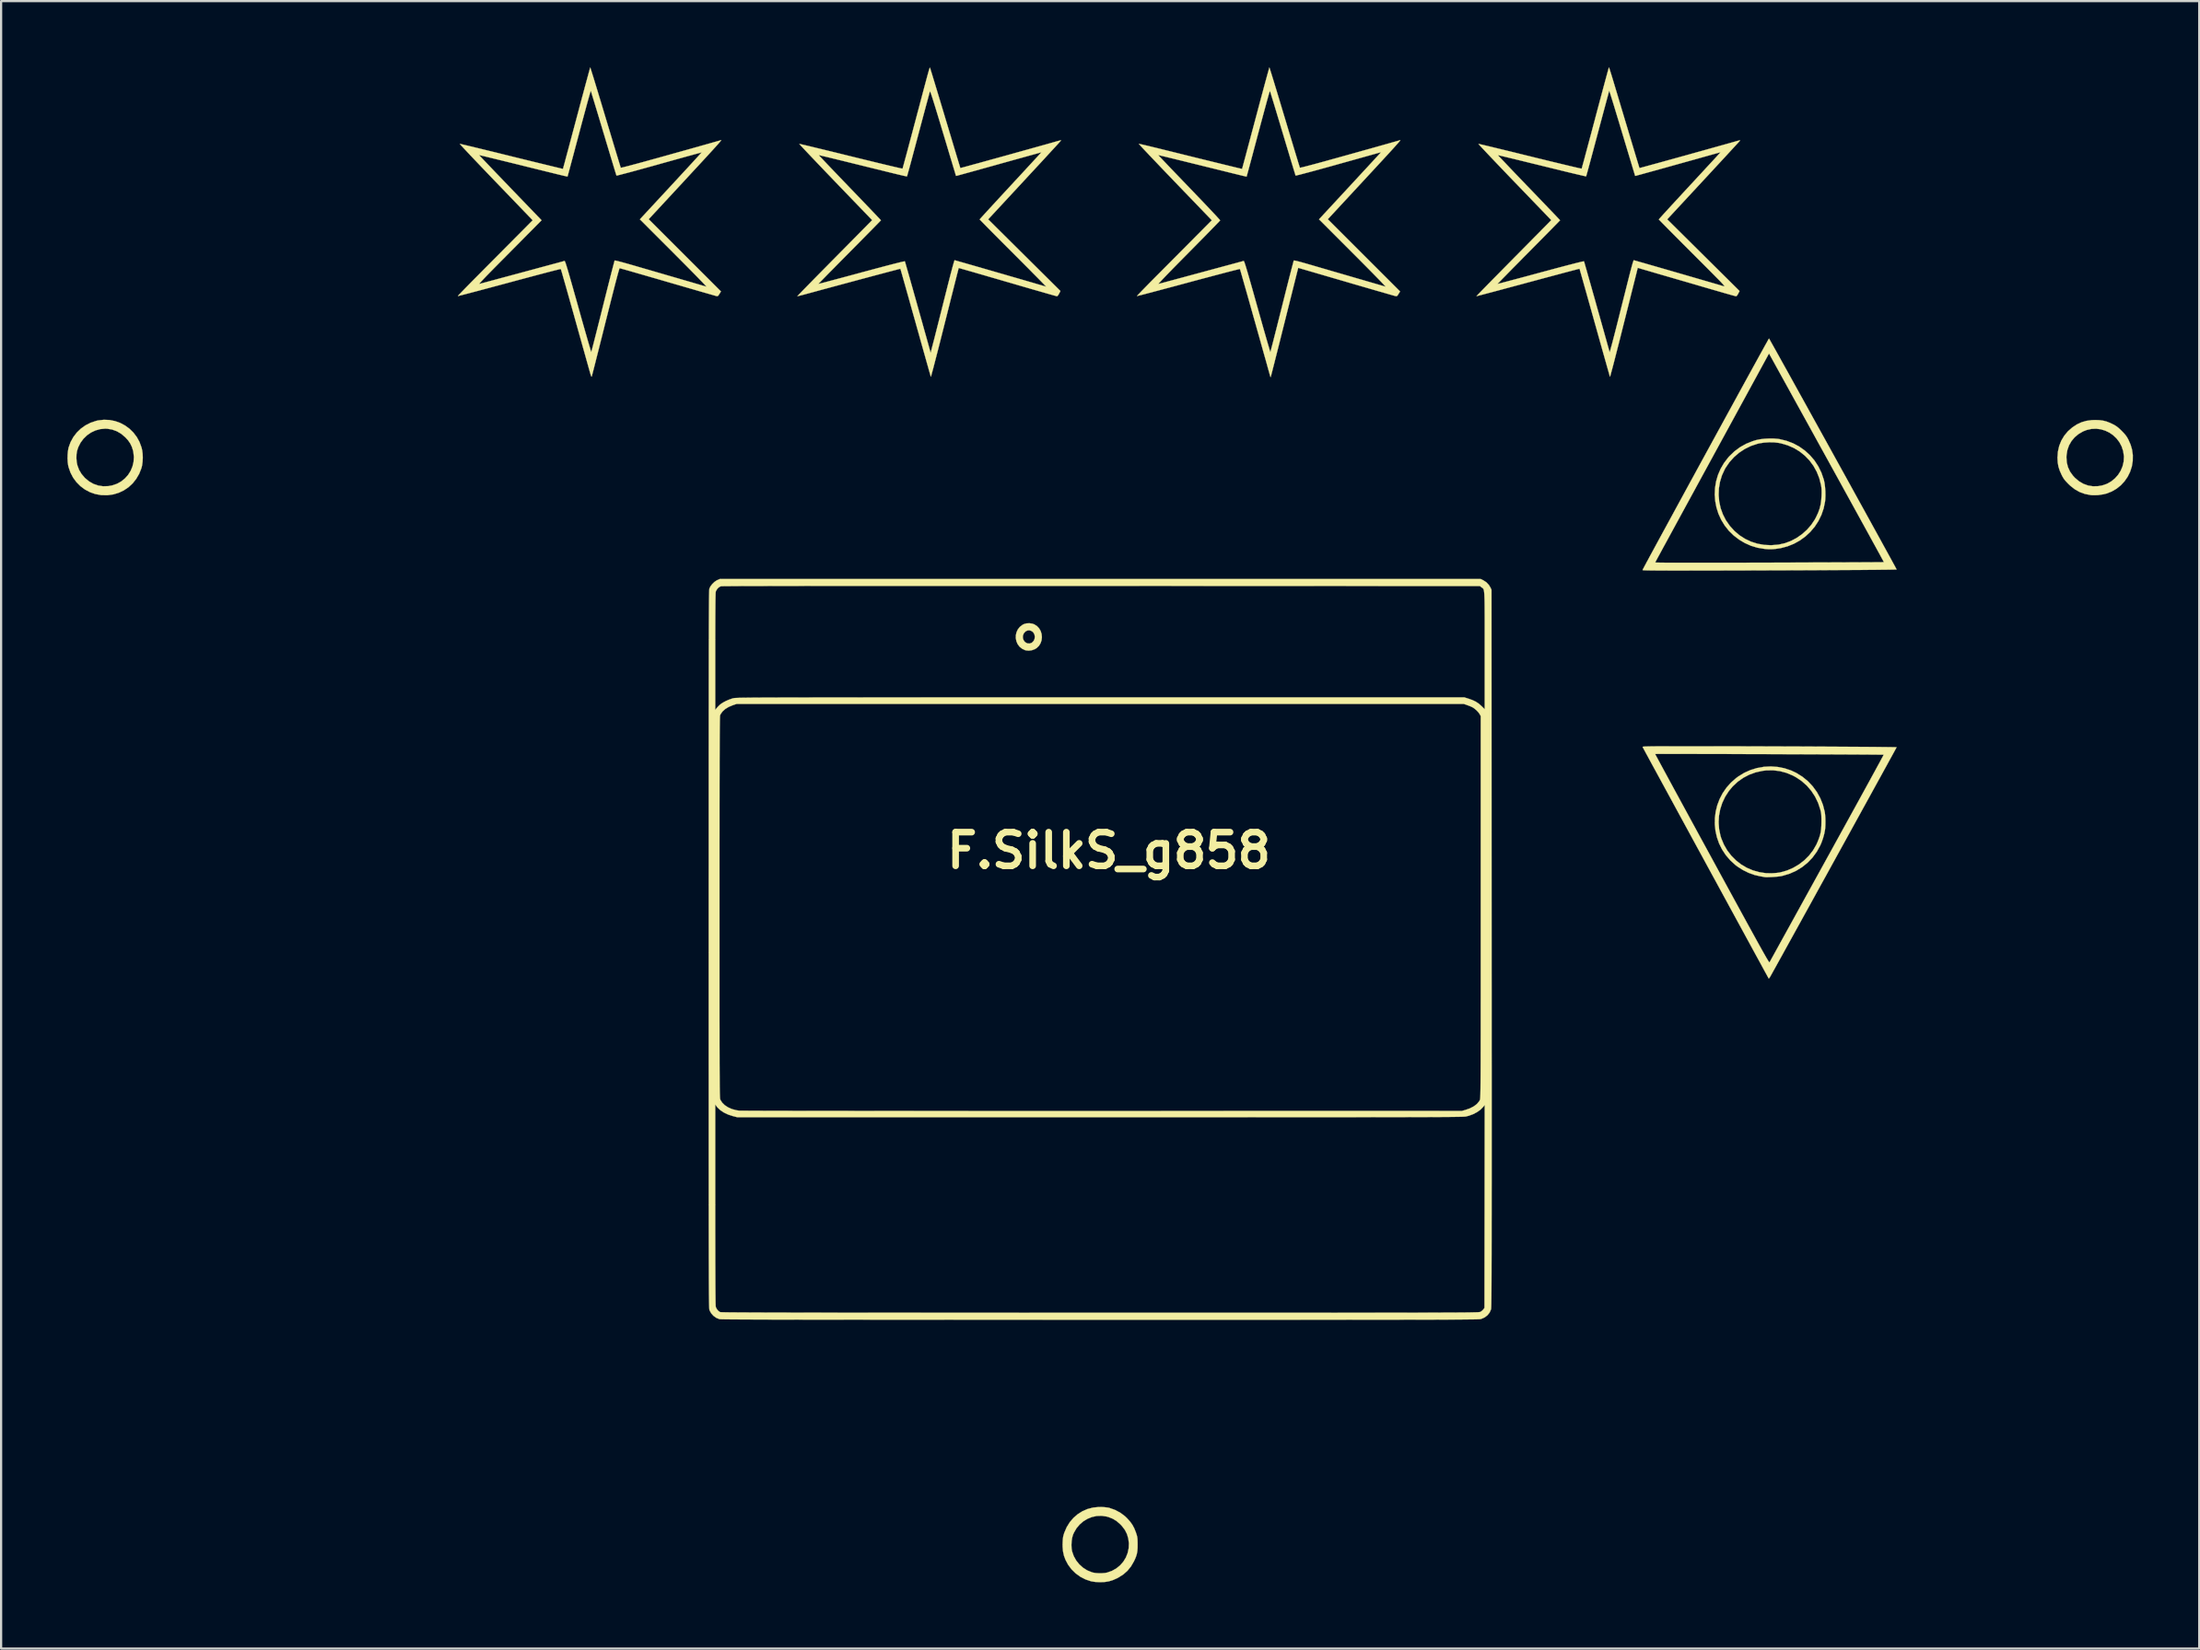
<source format=kicad_pcb>
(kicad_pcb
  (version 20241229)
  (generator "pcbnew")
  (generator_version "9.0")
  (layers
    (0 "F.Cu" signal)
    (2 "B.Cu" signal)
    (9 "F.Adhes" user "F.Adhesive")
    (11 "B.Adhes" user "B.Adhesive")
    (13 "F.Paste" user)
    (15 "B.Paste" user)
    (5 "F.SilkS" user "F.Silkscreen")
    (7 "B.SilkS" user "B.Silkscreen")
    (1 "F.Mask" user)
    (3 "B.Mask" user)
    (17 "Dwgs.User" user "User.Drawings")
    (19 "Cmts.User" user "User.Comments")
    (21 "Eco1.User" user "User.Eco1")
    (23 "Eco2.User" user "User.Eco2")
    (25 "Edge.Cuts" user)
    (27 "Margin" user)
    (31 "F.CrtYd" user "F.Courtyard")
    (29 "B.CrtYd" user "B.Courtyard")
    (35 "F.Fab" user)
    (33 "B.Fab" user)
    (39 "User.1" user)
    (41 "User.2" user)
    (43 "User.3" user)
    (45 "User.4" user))
  (footprint "F.SilkS_g858"
    (layer "F.Cu")
    (at 47.097 35.438)
    (property "Reference" "F.SilkS_g858" (at 0 0 0) (layer "F.SilkS") (effects (font (size 1.524 1.524) (thickness 0.3))))
    (attr through_hole)
    (fp_poly (pts (xy -3.467 -10.269) (xy -3.375 -10.237) (xy -3.25 -10.158) (xy -3.152 -10.053) (xy -3.083 -9.931) (xy -3.042 -9.796) (xy -3.029 -9.656) (xy -3.045 -9.516) (xy -3.089 -9.384) (xy -3.162 -9.265) (xy -3.264 -9.166) (xy -3.353 -9.112) (xy -3.488 -9.064) (xy -3.628 -9.047) (xy -3.759 -9.061) (xy -3.785 -9.068) (xy -3.925 -9.134) (xy -4.038 -9.225) (xy -4.123 -9.338) (xy -4.179 -9.465) (xy -4.207 -9.601) (xy -4.207 -9.624) (xy -3.89 -9.624) (xy -3.864 -9.536) (xy -3.815 -9.461) (xy -3.748 -9.405) (xy -3.669 -9.372) (xy -3.582 -9.369) (xy -3.494 -9.4) (xy -3.471 -9.416) (xy -3.4 -9.49) (xy -3.359 -9.583) (xy -3.348 -9.684) (xy -3.367 -9.783) (xy -3.416 -9.869) (xy -3.481 -9.927) (xy -3.578 -9.965) (xy -3.673 -9.963) (xy -3.761 -9.922) (xy -3.835 -9.845) (xy -3.853 -9.816) (xy -3.888 -9.719) (xy -3.89 -9.624) (xy -4.207 -9.624) (xy -4.207 -9.741) (xy -4.177 -9.877) (xy -4.118 -10.005) (xy -4.03 -10.118) (xy -3.912 -10.211) (xy -3.843 -10.247) (xy -3.729 -10.28) (xy -3.598 -10.287) (xy -3.467 -10.269)) (stroke (width 0.01) (type solid)) (fill yes) (layer "F.SilkS"))
    (fp_poly (pts (xy -45.19 -19.483) (xy -44.944 -19.434) (xy -44.71 -19.351) (xy -44.491 -19.234) (xy -44.291 -19.088) (xy -44.113 -18.913) (xy -43.961 -18.713) (xy -43.839 -18.49) (xy -43.749 -18.246) (xy -43.718 -18.117) (xy -43.697 -17.957) (xy -43.69 -17.779) (xy -43.699 -17.598) (xy -43.721 -17.428) (xy -43.752 -17.304) (xy -43.853 -17.049) (xy -43.987 -16.819) (xy -44.148 -16.616) (xy -44.336 -16.442) (xy -44.546 -16.3) (xy -44.776 -16.191) (xy -45.022 -16.117) (xy -45.281 -16.081) (xy -45.55 -16.084) (xy -45.584 -16.087) (xy -45.841 -16.135) (xy -46.083 -16.22) (xy -46.308 -16.34) (xy -46.511 -16.492) (xy -46.69 -16.672) (xy -46.841 -16.877) (xy -46.96 -17.105) (xy -47.045 -17.351) (xy -47.065 -17.439) (xy -47.084 -17.577) (xy -47.092 -17.738) (xy -47.091 -17.757) (xy -46.693 -17.757) (xy -46.678 -17.581) (xy -46.65 -17.441) (xy -46.573 -17.231) (xy -46.461 -17.042) (xy -46.312 -16.867) (xy -46.304 -16.859) (xy -46.121 -16.707) (xy -45.923 -16.593) (xy -45.71 -16.519) (xy -45.487 -16.485) (xy -45.254 -16.491) (xy -45.074 -16.523) (xy -44.86 -16.596) (xy -44.667 -16.702) (xy -44.498 -16.838) (xy -44.354 -16.999) (xy -44.239 -17.182) (xy -44.156 -17.381) (xy -44.106 -17.593) (xy -44.092 -17.814) (xy -44.117 -18.038) (xy -44.132 -18.106) (xy -44.187 -18.277) (xy -44.26 -18.427) (xy -44.359 -18.569) (xy -44.481 -18.702) (xy -44.664 -18.858) (xy -44.862 -18.974) (xy -45.073 -19.051) (xy -45.297 -19.088) (xy -45.392 -19.092) (xy -45.615 -19.071) (xy -45.829 -19.012) (xy -46.029 -18.918) (xy -46.211 -18.792) (xy -46.371 -18.637) (xy -46.504 -18.458) (xy -46.606 -18.257) (xy -46.662 -18.088) (xy -46.687 -17.932) (xy -46.693 -17.757) (xy -47.091 -17.757) (xy -47.089 -17.906) (xy -47.075 -18.067) (xy -47.052 -18.205) (xy -47.045 -18.235) (xy -46.956 -18.482) (xy -46.831 -18.71) (xy -46.674 -18.915) (xy -46.489 -19.094) (xy -46.278 -19.244) (xy -46.045 -19.362) (xy -45.794 -19.445) (xy -45.704 -19.465) (xy -45.445 -19.494) (xy -45.19 -19.483)) (stroke (width 0.01) (type solid)) (fill yes) (layer "F.SilkS"))
    (fp_poly (pts (xy 44.801 -19.476) (xy 44.967 -19.454) (xy 45.123 -19.413) (xy 45.284 -19.35) (xy 45.412 -19.288) (xy 45.506 -19.237) (xy 45.587 -19.184) (xy 45.666 -19.12) (xy 45.755 -19.038) (xy 45.806 -18.988) (xy 45.901 -18.889) (xy 45.973 -18.806) (xy 46.03 -18.728) (xy 46.081 -18.641) (xy 46.106 -18.594) (xy 46.206 -18.368) (xy 46.271 -18.146) (xy 46.304 -17.913) (xy 46.306 -17.892) (xy 46.303 -17.632) (xy 46.262 -17.381) (xy 46.184 -17.141) (xy 46.074 -16.917) (xy 45.932 -16.712) (xy 45.763 -16.529) (xy 45.569 -16.374) (xy 45.352 -16.248) (xy 45.115 -16.156) (xy 44.979 -16.122) (xy 44.726 -16.084) (xy 44.491 -16.08) (xy 44.396 -16.088) (xy 44.141 -16.138) (xy 43.904 -16.224) (xy 43.682 -16.349) (xy 43.474 -16.513) (xy 43.391 -16.592) (xy 43.299 -16.688) (xy 43.23 -16.767) (xy 43.176 -16.841) (xy 43.127 -16.923) (xy 43.089 -16.997) (xy 43.003 -17.189) (xy 42.945 -17.368) (xy 42.912 -17.551) (xy 42.9 -17.752) (xy 42.9 -17.78) (xy 42.901 -17.79) (xy 43.304 -17.79) (xy 43.321 -17.559) (xy 43.375 -17.346) (xy 43.466 -17.15) (xy 43.598 -16.966) (xy 43.687 -16.869) (xy 43.871 -16.713) (xy 44.069 -16.596) (xy 44.279 -16.52) (xy 44.501 -16.484) (xy 44.733 -16.489) (xy 44.922 -16.522) (xy 45.133 -16.594) (xy 45.325 -16.701) (xy 45.496 -16.839) (xy 45.641 -17.002) (xy 45.758 -17.187) (xy 45.843 -17.388) (xy 45.893 -17.602) (xy 45.905 -17.824) (xy 45.903 -17.857) (xy 45.869 -18.083) (xy 45.799 -18.292) (xy 45.698 -18.482) (xy 45.57 -18.65) (xy 45.418 -18.795) (xy 45.246 -18.913) (xy 45.058 -19.003) (xy 44.858 -19.063) (xy 44.65 -19.089) (xy 44.437 -19.08) (xy 44.224 -19.033) (xy 44.06 -18.969) (xy 43.853 -18.849) (xy 43.676 -18.701) (xy 43.531 -18.528) (xy 43.42 -18.333) (xy 43.345 -18.118) (xy 43.308 -17.888) (xy 43.304 -17.79) (xy 42.901 -17.79) (xy 42.919 -18.051) (xy 42.977 -18.309) (xy 43.073 -18.551) (xy 43.206 -18.773) (xy 43.373 -18.974) (xy 43.571 -19.147) (xy 43.777 -19.283) (xy 43.988 -19.382) (xy 44.211 -19.446) (xy 44.454 -19.478) (xy 44.609 -19.483) (xy 44.801 -19.476)) (stroke (width 0.01) (type solid)) (fill yes) (layer "F.SilkS"))
    (fp_poly (pts (xy -0.307 29.704) (xy -0.202 29.711) (xy -0.104 29.721) (xy -0.025 29.732) (xy 0.011 29.74) (xy 0.276 29.833) (xy 0.515 29.959) (xy 0.728 30.119) (xy 0.821 30.208) (xy 0.956 30.358) (xy 1.063 30.507) (xy 1.149 30.668) (xy 1.223 30.855) (xy 1.239 30.903) (xy 1.263 30.98) (xy 1.28 31.047) (xy 1.29 31.115) (xy 1.296 31.196) (xy 1.299 31.3) (xy 1.3 31.39) (xy 1.298 31.556) (xy 1.288 31.692) (xy 1.268 31.81) (xy 1.235 31.925) (xy 1.187 32.047) (xy 1.132 32.163) (xy 1 32.391) (xy 0.84 32.588) (xy 0.649 32.756) (xy 0.426 32.897) (xy 0.37 32.926) (xy 0.18 33.01) (xy -0.000462 33.065) (xy -0.187 33.095) (xy -0.396 33.103) (xy -0.4 33.103) (xy -0.613 33.093) (xy -0.788 33.066) (xy -0.806 33.062) (xy -1.056 32.979) (xy -1.289 32.859) (xy -1.501 32.706) (xy -1.687 32.523) (xy -1.844 32.313) (xy -1.961 32.093) (xy -2.031 31.904) (xy -2.074 31.707) (xy -2.092 31.49) (xy -2.091 31.417) (xy -1.693 31.417) (xy -1.686 31.576) (xy -1.664 31.708) (xy -1.589 31.923) (xy -1.479 32.121) (xy -1.338 32.297) (xy -1.17 32.448) (xy -0.98 32.569) (xy -0.772 32.654) (xy -0.72 32.669) (xy -0.605 32.689) (xy -0.466 32.699) (xy -0.319 32.699) (xy -0.18 32.688) (xy -0.077 32.669) (xy 0.142 32.591) (xy 0.338 32.481) (xy 0.509 32.341) (xy 0.654 32.176) (xy 0.768 31.989) (xy 0.849 31.786) (xy 0.896 31.569) (xy 0.906 31.343) (xy 0.878 31.126) (xy 0.819 30.926) (xy 0.727 30.743) (xy 0.598 30.571) (xy 0.521 30.488) (xy 0.353 30.342) (xy 0.177 30.233) (xy -0.017 30.156) (xy -0.106 30.132) (xy -0.329 30.1) (xy -0.55 30.108) (xy -0.763 30.154) (xy -0.966 30.235) (xy -1.154 30.349) (xy -1.322 30.494) (xy -1.466 30.666) (xy -1.581 30.865) (xy -1.624 30.963) (xy -1.661 31.094) (xy -1.684 31.251) (xy -1.693 31.417) (xy -2.091 31.417) (xy -2.091 31.337) (xy -2.085 31.213) (xy -2.077 31.117) (xy -2.065 31.037) (xy -2.045 30.958) (xy -2.016 30.868) (xy -1.909 30.618) (xy -1.771 30.394) (xy -1.604 30.197) (xy -1.412 30.03) (xy -1.198 29.894) (xy -0.964 29.793) (xy -0.714 29.728) (xy -0.45 29.702) (xy -0.307 29.704)) (stroke (width 0.01) (type solid)) (fill yes) (layer "F.SilkS"))
    (fp_poly (pts (xy 30.072 -18.644) (xy 30.261 -18.628) (xy 30.33 -18.618) (xy 30.644 -18.542) (xy 30.941 -18.43) (xy 31.219 -18.282) (xy 31.474 -18.101) (xy 31.705 -17.89) (xy 31.909 -17.652) (xy 32.082 -17.387) (xy 32.223 -17.1) (xy 32.329 -16.792) (xy 32.337 -16.764) (xy 32.367 -16.618) (xy 32.388 -16.445) (xy 32.402 -16.257) (xy 32.405 -16.07) (xy 32.398 -15.896) (xy 32.389 -15.799) (xy 32.326 -15.489) (xy 32.225 -15.193) (xy 32.09 -14.916) (xy 31.922 -14.658) (xy 31.724 -14.424) (xy 31.5 -14.215) (xy 31.251 -14.034) (xy 30.981 -13.884) (xy 30.692 -13.768) (xy 30.387 -13.687) (xy 30.163 -13.653) (xy 30.034 -13.641) (xy 29.929 -13.636) (xy 29.83 -13.637) (xy 29.718 -13.645) (xy 29.642 -13.653) (xy 29.333 -13.704) (xy 29.041 -13.792) (xy 28.759 -13.918) (xy 28.509 -14.066) (xy 28.257 -14.258) (xy 28.036 -14.474) (xy 27.848 -14.713) (xy 27.692 -14.969) (xy 27.568 -15.241) (xy 27.478 -15.524) (xy 27.422 -15.815) (xy 27.402 -16.089) (xy 27.575 -16.089) (xy 27.602 -15.79) (xy 27.666 -15.495) (xy 27.769 -15.211) (xy 27.902 -14.951) (xy 28.082 -14.691) (xy 28.29 -14.462) (xy 28.521 -14.266) (xy 28.774 -14.104) (xy 29.047 -13.976) (xy 29.335 -13.885) (xy 29.637 -13.832) (xy 29.951 -13.817) (xy 30.273 -13.843) (xy 30.3 -13.847) (xy 30.578 -13.91) (xy 30.848 -14.011) (xy 31.106 -14.148) (xy 31.348 -14.317) (xy 31.568 -14.514) (xy 31.762 -14.736) (xy 31.925 -14.979) (xy 31.984 -15.09) (xy 32.078 -15.293) (xy 32.146 -15.484) (xy 32.192 -15.675) (xy 32.219 -15.882) (xy 32.23 -16.055) (xy 32.234 -16.204) (xy 32.232 -16.324) (xy 32.224 -16.429) (xy 32.208 -16.532) (xy 32.206 -16.542) (xy 32.128 -16.851) (xy 32.013 -17.14) (xy 31.865 -17.408) (xy 31.685 -17.652) (xy 31.476 -17.869) (xy 31.241 -18.058) (xy 30.982 -18.215) (xy 30.7 -18.338) (xy 30.399 -18.426) (xy 30.284 -18.449) (xy 30.079 -18.472) (xy 29.853 -18.475) (xy 29.624 -18.46) (xy 29.408 -18.426) (xy 29.33 -18.407) (xy 29.035 -18.309) (xy 28.758 -18.173) (xy 28.5 -18.003) (xy 28.267 -17.801) (xy 28.061 -17.571) (xy 27.887 -17.315) (xy 27.851 -17.251) (xy 27.724 -16.975) (xy 27.637 -16.687) (xy 27.587 -16.39) (xy 27.575 -16.089) (xy 27.402 -16.089) (xy 27.4 -16.11) (xy 27.413 -16.406) (xy 27.46 -16.7) (xy 27.543 -16.989) (xy 27.662 -17.268) (xy 27.817 -17.534) (xy 28.008 -17.785) (xy 28.06 -17.843) (xy 28.294 -18.068) (xy 28.547 -18.255) (xy 28.821 -18.408) (xy 29.119 -18.527) (xy 29.293 -18.579) (xy 29.463 -18.613) (xy 29.659 -18.635) (xy 29.867 -18.646) (xy 30.072 -18.644)) (stroke (width 0.01) (type solid)) (fill yes) (layer "F.SilkS"))
    (fp_poly (pts (xy 30.244 -3.785) (xy 30.551 -3.725) (xy 30.849 -3.626) (xy 31.09 -3.513) (xy 31.365 -3.341) (xy 31.613 -3.138) (xy 31.831 -2.906) (xy 32.019 -2.649) (xy 32.173 -2.369) (xy 32.292 -2.069) (xy 32.373 -1.753) (xy 32.374 -1.746) (xy 32.39 -1.628) (xy 32.401 -1.481) (xy 32.405 -1.321) (xy 32.403 -1.161) (xy 32.395 -1.016) (xy 32.385 -0.931) (xy 32.35 -0.752) (xy 32.296 -0.558) (xy 32.229 -0.368) (xy 32.172 -0.235) (xy 32.012 0.054) (xy 31.822 0.314) (xy 31.602 0.545) (xy 31.355 0.744) (xy 31.084 0.911) (xy 30.791 1.043) (xy 30.476 1.138) (xy 30.406 1.154) (xy 30.332 1.166) (xy 30.233 1.177) (xy 30.119 1.187) (xy 29.998 1.195) (xy 29.882 1.2) (xy 29.779 1.203) (xy 29.699 1.202) (xy 29.654 1.197) (xy 29.619 1.19) (xy 29.555 1.179) (xy 29.475 1.165) (xy 29.464 1.164) (xy 29.196 1.102) (xy 28.926 1.004) (xy 28.664 0.874) (xy 28.421 0.718) (xy 28.334 0.652) (xy 28.099 0.437) (xy 27.897 0.2) (xy 27.73 -0.054) (xy 27.597 -0.322) (xy 27.499 -0.602) (xy 27.434 -0.889) (xy 27.404 -1.181) (xy 27.405 -1.271) (xy 27.574 -1.271) (xy 27.597 -0.969) (xy 27.659 -0.67) (xy 27.695 -0.554) (xy 27.814 -0.269) (xy 27.966 -0.006) (xy 28.149 0.232) (xy 28.359 0.443) (xy 28.593 0.626) (xy 28.848 0.777) (xy 29.122 0.894) (xy 29.409 0.976) (xy 29.709 1.021) (xy 29.972 1.027) (xy 30.089 1.02) (xy 30.208 1.009) (xy 30.313 0.996) (xy 30.367 0.986) (xy 30.663 0.903) (xy 30.944 0.782) (xy 31.206 0.628) (xy 31.446 0.443) (xy 31.66 0.23) (xy 31.844 -0.007) (xy 31.995 -0.267) (xy 32.058 -0.409) (xy 32.118 -0.565) (xy 32.163 -0.703) (xy 32.193 -0.835) (xy 32.212 -0.974) (xy 32.222 -1.131) (xy 32.225 -1.302) (xy 32.225 -1.443) (xy 32.222 -1.551) (xy 32.217 -1.638) (xy 32.207 -1.712) (xy 32.193 -1.784) (xy 32.176 -1.852) (xy 32.075 -2.158) (xy 31.938 -2.442) (xy 31.768 -2.702) (xy 31.567 -2.936) (xy 31.336 -3.142) (xy 31.077 -3.317) (xy 30.932 -3.396) (xy 30.642 -3.517) (xy 30.346 -3.596) (xy 30.043 -3.633) (xy 29.733 -3.629) (xy 29.563 -3.609) (xy 29.256 -3.542) (xy 28.964 -3.437) (xy 28.692 -3.295) (xy 28.441 -3.118) (xy 28.215 -2.908) (xy 28.04 -2.699) (xy 27.872 -2.439) (xy 27.741 -2.162) (xy 27.647 -1.872) (xy 27.591 -1.574) (xy 27.574 -1.271) (xy 27.405 -1.271) (xy 27.407 -1.475) (xy 27.444 -1.766) (xy 27.514 -2.051) (xy 27.619 -2.328) (xy 27.756 -2.593) (xy 27.927 -2.843) (xy 28.131 -3.074) (xy 28.368 -3.282) (xy 28.459 -3.349) (xy 28.729 -3.516) (xy 29.016 -3.645) (xy 29.315 -3.736) (xy 29.623 -3.791) (xy 29.934 -3.807) (xy 30.244 -3.785)) (stroke (width 0.01) (type solid)) (fill yes) (layer "F.SilkS"))
    (fp_poly (pts (xy 29.854 -23.17) (xy 29.865 -23.152) (xy 29.896 -23.098) (xy 29.945 -23.01) (xy 30.012 -22.891) (xy 30.095 -22.742) (xy 30.194 -22.565) (xy 30.307 -22.362) (xy 30.433 -22.134) (xy 30.572 -21.884) (xy 30.723 -21.613) (xy 30.883 -21.323) (xy 31.054 -21.015) (xy 31.232 -20.692) (xy 31.419 -20.356) (xy 31.611 -20.008) (xy 31.809 -19.649) (xy 32.012 -19.283) (xy 32.218 -18.91) (xy 32.427 -18.533) (xy 32.637 -18.152) (xy 32.847 -17.771) (xy 33.057 -17.391) (xy 33.266 -17.013) (xy 33.472 -16.64) (xy 33.674 -16.273) (xy 33.872 -15.913) (xy 34.065 -15.564) (xy 34.251 -15.227) (xy 34.429 -14.903) (xy 34.599 -14.594) (xy 34.76 -14.302) (xy 34.91 -14.029) (xy 35.048 -13.777) (xy 35.174 -13.548) (xy 35.287 -13.342) (xy 35.385 -13.163) (xy 35.467 -13.012) (xy 35.534 -12.89) (xy 35.582 -12.8) (xy 35.613 -12.743) (xy 35.623 -12.721) (xy 35.623 -12.721) (xy 35.603 -12.719) (xy 35.541 -12.717) (xy 35.44 -12.715) (xy 35.301 -12.712) (xy 35.127 -12.71) (xy 34.918 -12.708) (xy 34.675 -12.705) (xy 34.402 -12.703) (xy 34.098 -12.7) (xy 33.767 -12.698) (xy 33.408 -12.696) (xy 33.024 -12.694) (xy 32.617 -12.692) (xy 32.188 -12.689) (xy 31.738 -12.687) (xy 31.269 -12.685) (xy 30.783 -12.683) (xy 30.28 -12.682) (xy 29.764 -12.68) (xy 29.235 -12.678) (xy 28.695 -12.677) (xy 28.145 -12.676) (xy 27.587 -12.674) (xy 27.022 -12.673) (xy 26.992 -12.673) (xy 26.575 -12.673) (xy 26.198 -12.672) (xy 25.86 -12.672) (xy 25.559 -12.672) (xy 25.292 -12.672) (xy 25.059 -12.673) (xy 24.856 -12.673) (xy 24.684 -12.675) (xy 24.538 -12.676) (xy 24.419 -12.678) (xy 24.323 -12.68) (xy 24.249 -12.682) (xy 24.195 -12.685) (xy 24.159 -12.688) (xy 24.14 -12.692) (xy 24.135 -12.695) (xy 24.146 -12.718) (xy 24.176 -12.776) (xy 24.224 -12.867) (xy 24.29 -12.99) (xy 24.316 -13.037) (xy 24.705 -13.037) (xy 24.724 -13.035) (xy 24.783 -13.033) (xy 24.882 -13.031) (xy 25.021 -13.029) (xy 25.201 -13.027) (xy 25.422 -13.026) (xy 25.683 -13.025) (xy 25.985 -13.025) (xy 26.328 -13.025) (xy 26.712 -13.025) (xy 27.138 -13.025) (xy 27.606 -13.025) (xy 28.115 -13.026) (xy 28.666 -13.027) (xy 29.259 -13.029) (xy 29.869 -13.03) (xy 30.334 -13.032) (xy 30.788 -13.033) (xy 31.229 -13.034) (xy 31.655 -13.036) (xy 32.065 -13.037) (xy 32.456 -13.038) (xy 32.826 -13.04) (xy 33.175 -13.041) (xy 33.5 -13.042) (xy 33.799 -13.043) (xy 34.07 -13.045) (xy 34.313 -13.046) (xy 34.524 -13.047) (xy 34.702 -13.048) (xy 34.845 -13.049) (xy 34.952 -13.05) (xy 35.021 -13.051) (xy 35.049 -13.051) (xy 35.049 -13.051) (xy 35.04 -13.07) (xy 35.011 -13.126) (xy 34.961 -13.217) (xy 34.893 -13.343) (xy 34.805 -13.504) (xy 34.699 -13.698) (xy 34.574 -13.925) (xy 34.432 -14.185) (xy 34.272 -14.476) (xy 34.095 -14.798) (xy 33.901 -15.151) (xy 33.691 -15.533) (xy 33.465 -15.944) (xy 33.223 -16.383) (xy 32.966 -16.851) (xy 32.694 -17.344) (xy 32.407 -17.865) (xy 32.106 -18.41) (xy 31.792 -18.981) (xy 31.464 -19.576) (xy 31.122 -20.195) (xy 30.769 -20.836) (xy 30.402 -21.5) (xy 30.036 -22.164) (xy 29.854 -22.494) (xy 27.283 -17.777) (xy 27.056 -17.36) (xy 26.834 -16.953) (xy 26.619 -16.558) (xy 26.411 -16.175) (xy 26.21 -15.807) (xy 26.018 -15.455) (xy 25.836 -15.12) (xy 25.664 -14.804) (xy 25.504 -14.509) (xy 25.355 -14.236) (xy 25.22 -13.987) (xy 25.098 -13.764) (xy 24.991 -13.567) (xy 24.9 -13.399) (xy 24.825 -13.261) (xy 24.768 -13.155) (xy 24.728 -13.081) (xy 24.708 -13.043) (xy 24.705 -13.037) (xy 24.316 -13.037) (xy 24.372 -13.142) (xy 24.469 -13.323) (xy 24.581 -13.529) (xy 24.706 -13.76) (xy 24.843 -14.013) (xy 24.992 -14.287) (xy 25.151 -14.579) (xy 25.32 -14.889) (xy 25.497 -15.214) (xy 25.681 -15.553) (xy 25.872 -15.903) (xy 26.068 -16.263) (xy 26.268 -16.631) (xy 26.473 -17.005) (xy 26.679 -17.384) (xy 26.887 -17.765) (xy 27.096 -18.147) (xy 27.304 -18.528) (xy 27.51 -18.906) (xy 27.715 -19.28) (xy 27.915 -19.647) (xy 28.112 -20.006) (xy 28.303 -20.355) (xy 28.487 -20.692) (xy 28.664 -21.015) (xy 28.833 -21.323) (xy 28.992 -21.613) (xy 29.141 -21.885) (xy 29.279 -22.135) (xy 29.404 -22.363) (xy 29.516 -22.566) (xy 29.614 -22.744) (xy 29.696 -22.892) (xy 29.763 -23.011) (xy 29.811 -23.099) (xy 29.842 -23.152) (xy 29.854 -23.17) (xy 29.854 -23.17)) (stroke (width 0.01) (type solid)) (fill yes) (layer "F.SilkS"))
    (fp_poly (pts (xy 26.719 -4.72) (xy 27.135 -4.72) (xy 27.561 -4.719) (xy 27.996 -4.719) (xy 28.436 -4.718) (xy 28.88 -4.717) (xy 29.327 -4.716) (xy 29.773 -4.714) (xy 30.218 -4.713) (xy 30.658 -4.711) (xy 31.093 -4.71) (xy 31.519 -4.708) (xy 31.936 -4.706) (xy 32.341 -4.704) (xy 32.731 -4.702) (xy 33.106 -4.7) (xy 33.462 -4.698) (xy 33.799 -4.696) (xy 34.114 -4.694) (xy 34.404 -4.692) (xy 34.669 -4.69) (xy 34.905 -4.687) (xy 35.112 -4.685) (xy 35.286 -4.683) (xy 35.426 -4.681) (xy 35.531 -4.679) (xy 35.597 -4.677) (xy 35.623 -4.675) (xy 35.623 -4.675) (xy 35.613 -4.655) (xy 35.584 -4.601) (xy 35.536 -4.513) (xy 35.471 -4.393) (xy 35.389 -4.244) (xy 35.291 -4.066) (xy 35.18 -3.862) (xy 35.054 -3.634) (xy 34.917 -3.383) (xy 34.767 -3.112) (xy 34.608 -2.822) (xy 34.439 -2.514) (xy 34.261 -2.191) (xy 34.076 -1.855) (xy 33.884 -1.506) (xy 33.687 -1.148) (xy 33.486 -0.782) (xy 33.281 -0.41) (xy 33.073 -0.033) (xy 32.864 0.347) (xy 32.655 0.727) (xy 32.446 1.107) (xy 32.238 1.483) (xy 32.033 1.855) (xy 31.832 2.221) (xy 31.635 2.579) (xy 31.443 2.926) (xy 31.258 3.262) (xy 31.08 3.584) (xy 30.911 3.891) (xy 30.751 4.18) (xy 30.602 4.45) (xy 30.465 4.7) (xy 30.339 4.926) (xy 30.227 5.129) (xy 30.13 5.305) (xy 30.048 5.452) (xy 29.983 5.57) (xy 29.935 5.656) (xy 29.905 5.709) (xy 29.898 5.722) (xy 29.867 5.767) (xy 29.845 5.787) (xy 29.839 5.786) (xy 29.826 5.761) (xy 29.793 5.701) (xy 29.742 5.607) (xy 29.673 5.483) (xy 29.589 5.328) (xy 29.49 5.146) (xy 29.376 4.937) (xy 29.249 4.705) (xy 29.11 4.45) (xy 28.96 4.174) (xy 28.799 3.879) (xy 28.63 3.568) (xy 28.452 3.242) (xy 28.267 2.902) (xy 28.075 2.55) (xy 27.879 2.189) (xy 27.678 1.82) (xy 27.474 1.445) (xy 27.267 1.066) (xy 27.059 0.684) (xy 26.851 0.301) (xy 26.643 -0.08) (xy 26.437 -0.458) (xy 26.234 -0.832) (xy 26.034 -1.199) (xy 25.839 -1.557) (xy 25.65 -1.905) (xy 25.467 -2.242) (xy 25.292 -2.564) (xy 25.125 -2.87) (xy 24.968 -3.159) (xy 24.821 -3.429) (xy 24.686 -3.678) (xy 24.563 -3.903) (xy 24.454 -4.104) (xy 24.36 -4.278) (xy 24.309 -4.371) (xy 24.705 -4.371) (xy 24.714 -4.352) (xy 24.743 -4.297) (xy 24.79 -4.209) (xy 24.855 -4.087) (xy 24.937 -3.935) (xy 25.035 -3.754) (xy 25.148 -3.545) (xy 25.276 -3.309) (xy 25.417 -3.049) (xy 25.57 -2.766) (xy 25.736 -2.462) (xy 25.912 -2.137) (xy 26.099 -1.794) (xy 26.294 -1.434) (xy 26.499 -1.058) (xy 26.71 -0.669) (xy 26.929 -0.268) (xy 27.153 0.143) (xy 27.276 0.369) (xy 27.547 0.867) (xy 27.799 1.329) (xy 28.032 1.756) (xy 28.247 2.15) (xy 28.445 2.512) (xy 28.626 2.844) (xy 28.791 3.146) (xy 28.941 3.42) (xy 29.077 3.667) (xy 29.199 3.889) (xy 29.308 4.087) (xy 29.404 4.262) (xy 29.49 4.415) (xy 29.564 4.548) (xy 29.629 4.663) (xy 29.684 4.759) (xy 29.73 4.84) (xy 29.769 4.905) (xy 29.8 4.957) (xy 29.825 4.996) (xy 29.845 5.025) (xy 29.859 5.043) (xy 29.869 5.053) (xy 29.876 5.056) (xy 29.88 5.054) (xy 29.892 5.031) (xy 29.924 4.973) (xy 29.974 4.881) (xy 30.043 4.757) (xy 30.128 4.602) (xy 30.23 4.418) (xy 30.346 4.206) (xy 30.477 3.969) (xy 30.622 3.706) (xy 30.779 3.422) (xy 30.948 3.116) (xy 31.127 2.79) (xy 31.317 2.446) (xy 31.515 2.086) (xy 31.722 1.711) (xy 31.936 1.323) (xy 32.157 0.923) (xy 32.383 0.513) (xy 32.478 0.34) (xy 32.706 -0.073) (xy 32.928 -0.477) (xy 33.144 -0.869) (xy 33.353 -1.248) (xy 33.554 -1.614) (xy 33.746 -1.963) (xy 33.928 -2.294) (xy 34.099 -2.606) (xy 34.259 -2.898) (xy 34.407 -3.168) (xy 34.541 -3.413) (xy 34.661 -3.633) (xy 34.766 -3.827) (xy 34.856 -3.991) (xy 34.928 -4.126) (xy 34.984 -4.229) (xy 35.02 -4.299) (xy 35.038 -4.334) (xy 35.039 -4.338) (xy 35.018 -4.339) (xy 34.956 -4.34) (xy 34.856 -4.341) (xy 34.72 -4.342) (xy 34.551 -4.344) (xy 34.351 -4.345) (xy 34.122 -4.346) (xy 33.866 -4.348) (xy 33.585 -4.349) (xy 33.282 -4.351) (xy 32.959 -4.352) (xy 32.618 -4.354) (xy 32.261 -4.355) (xy 31.89 -4.357) (xy 31.508 -4.358) (xy 31.118 -4.36) (xy 30.72 -4.361) (xy 30.318 -4.362) (xy 29.913 -4.364) (xy 29.508 -4.365) (xy 29.105 -4.366) (xy 28.706 -4.367) (xy 28.313 -4.369) (xy 27.93 -4.37) (xy 27.557 -4.37) (xy 27.197 -4.371) (xy 26.853 -4.372) (xy 26.526 -4.373) (xy 26.218 -4.373) (xy 25.933 -4.373) (xy 25.672 -4.374) (xy 25.437 -4.374) (xy 25.231 -4.374) (xy 25.055 -4.373) (xy 24.913 -4.373) (xy 24.806 -4.373) (xy 24.736 -4.372) (xy 24.706 -4.371) (xy 24.705 -4.371) (xy 24.309 -4.371) (xy 24.28 -4.424) (xy 24.218 -4.54) (xy 24.172 -4.624) (xy 24.145 -4.673) (xy 24.138 -4.688) (xy 24.139 -4.693) (xy 24.149 -4.698) (xy 24.169 -4.702) (xy 24.201 -4.705) (xy 24.249 -4.708) (xy 24.315 -4.711) (xy 24.401 -4.713) (xy 24.508 -4.715) (xy 24.64 -4.717) (xy 24.799 -4.718) (xy 24.988 -4.719) (xy 25.207 -4.719) (xy 25.461 -4.72) (xy 25.751 -4.72) (xy 26.079 -4.72) (xy 26.315 -4.72) (xy 26.719 -4.72)) (stroke (width 0.01) (type solid)) (fill yes) (layer "F.SilkS"))
    (fp_poly (pts (xy 7.267 -35.413) (xy 7.286 -35.355) (xy 7.315 -35.262) (xy 7.354 -35.136) (xy 7.402 -34.98) (xy 7.459 -34.796) (xy 7.522 -34.586) (xy 7.593 -34.355) (xy 7.669 -34.103) (xy 7.75 -33.834) (xy 7.835 -33.55) (xy 7.924 -33.254) (xy 7.947 -33.179) (xy 8.037 -32.879) (xy 8.123 -32.591) (xy 8.206 -32.317) (xy 8.284 -32.059) (xy 8.356 -31.82) (xy 8.422 -31.603) (xy 8.48 -31.411) (xy 8.531 -31.245) (xy 8.572 -31.108) (xy 8.605 -31.004) (xy 8.627 -30.934) (xy 8.637 -30.902) (xy 8.638 -30.9) (xy 8.657 -30.9) (xy 8.708 -30.91) (xy 8.793 -30.93) (xy 8.911 -30.96) (xy 9.065 -31) (xy 9.254 -31.05) (xy 9.48 -31.111) (xy 9.743 -31.183) (xy 10.044 -31.267) (xy 10.384 -31.361) (xy 10.764 -31.467) (xy 10.904 -31.506) (xy 11.204 -31.59) (xy 11.492 -31.671) (xy 11.766 -31.747) (xy 12.024 -31.82) (xy 12.262 -31.887) (xy 12.478 -31.948) (xy 12.67 -32.002) (xy 12.835 -32.049) (xy 12.97 -32.087) (xy 13.072 -32.116) (xy 13.14 -32.136) (xy 13.17 -32.145) (xy 13.171 -32.145) (xy 13.181 -32.15) (xy 13.182 -32.144) (xy 13.171 -32.126) (xy 13.147 -32.096) (xy 13.109 -32.051) (xy 13.056 -31.99) (xy 12.986 -31.911) (xy 12.899 -31.814) (xy 12.792 -31.696) (xy 12.665 -31.557) (xy 12.516 -31.395) (xy 12.344 -31.208) (xy 12.148 -30.996) (xy 11.926 -30.755) (xy 11.677 -30.487) (xy 11.544 -30.343) (xy 9.901 -28.569) (xy 13.169 -25.301) (xy 13.101 -25.189) (xy 13.061 -25.128) (xy 13.032 -25.096) (xy 13.003 -25.086) (xy 12.967 -25.09) (xy 12.938 -25.098) (xy 12.871 -25.116) (xy 12.769 -25.145) (xy 12.635 -25.184) (xy 12.471 -25.231) (xy 12.28 -25.286) (xy 12.064 -25.348) (xy 11.828 -25.417) (xy 11.573 -25.491) (xy 11.301 -25.57) (xy 11.017 -25.652) (xy 10.732 -25.736) (xy 8.562 -26.369) (xy 7.945 -23.904) (xy 7.866 -23.589) (xy 7.79 -23.286) (xy 7.718 -22.997) (xy 7.649 -22.724) (xy 7.585 -22.471) (xy 7.526 -22.238) (xy 7.474 -22.031) (xy 7.427 -21.849) (xy 7.389 -21.697) (xy 7.358 -21.577) (xy 7.335 -21.49) (xy 7.322 -21.441) (xy 7.318 -21.429) (xy 7.305 -21.437) (xy 7.298 -21.457) (xy 7.27 -21.559) (xy 7.233 -21.692) (xy 7.188 -21.853) (xy 7.137 -22.038) (xy 7.079 -22.246) (xy 7.015 -22.472) (xy 6.947 -22.714) (xy 6.876 -22.969) (xy 6.802 -23.234) (xy 6.725 -23.505) (xy 6.648 -23.78) (xy 6.57 -24.055) (xy 6.493 -24.328) (xy 6.418 -24.596) (xy 6.345 -24.855) (xy 6.275 -25.103) (xy 6.209 -25.336) (xy 6.147 -25.551) (xy 6.092 -25.746) (xy 6.043 -25.918) (xy 6.002 -26.063) (xy 5.969 -26.178) (xy 5.945 -26.26) (xy 5.931 -26.307) (xy 5.927 -26.316) (xy 5.905 -26.313) (xy 5.845 -26.299) (xy 5.749 -26.276) (xy 5.62 -26.244) (xy 5.461 -26.203) (xy 5.273 -26.154) (xy 5.061 -26.098) (xy 4.825 -26.036) (xy 4.57 -25.968) (xy 4.297 -25.896) (xy 4.009 -25.819) (xy 3.708 -25.738) (xy 3.598 -25.708) (xy 3.294 -25.626) (xy 3.001 -25.547) (xy 2.723 -25.473) (xy 2.461 -25.403) (xy 2.218 -25.338) (xy 1.998 -25.28) (xy 1.801 -25.228) (xy 1.632 -25.183) (xy 1.492 -25.147) (xy 1.384 -25.12) (xy 1.311 -25.102) (xy 1.276 -25.094) (xy 1.273 -25.094) (xy 1.285 -25.111) (xy 1.325 -25.155) (xy 1.39 -25.223) (xy 1.478 -25.315) (xy 1.586 -25.426) (xy 1.711 -25.554) (xy 1.852 -25.698) (xy 2.006 -25.853) (xy 2.17 -26.019) (xy 2.234 -26.083) (xy 2.43 -26.28) (xy 2.639 -26.49) (xy 2.855 -26.708) (xy 3.073 -26.927) (xy 3.286 -27.142) (xy 3.491 -27.348) (xy 3.68 -27.538) (xy 3.847 -27.707) (xy 3.931 -27.792) (xy 4.656 -28.522) (xy 2.996 -30.247) (xy 2.779 -30.474) (xy 2.569 -30.692) (xy 2.371 -30.899) (xy 2.185 -31.095) (xy 2.013 -31.275) (xy 1.856 -31.44) (xy 1.827 -31.471) (xy 2.233 -31.471) (xy 2.247 -31.455) (xy 2.287 -31.411) (xy 2.354 -31.34) (xy 2.443 -31.246) (xy 2.554 -31.129) (xy 2.684 -30.992) (xy 2.832 -30.837) (xy 2.995 -30.667) (xy 3.172 -30.483) (xy 3.36 -30.287) (xy 3.557 -30.082) (xy 3.632 -30.004) (xy 3.833 -29.795) (xy 4.024 -29.595) (xy 4.206 -29.405) (xy 4.374 -29.228) (xy 4.528 -29.066) (xy 4.665 -28.92) (xy 4.784 -28.794) (xy 4.881 -28.688) (xy 4.956 -28.606) (xy 5.007 -28.55) (xy 5.031 -28.52) (xy 5.032 -28.517) (xy 5.017 -28.499) (xy 4.974 -28.452) (xy 4.905 -28.38) (xy 4.813 -28.284) (xy 4.698 -28.167) (xy 4.565 -28.03) (xy 4.414 -27.875) (xy 4.247 -27.705) (xy 4.067 -27.523) (xy 3.876 -27.329) (xy 3.676 -27.126) (xy 3.609 -27.058) (xy 3.353 -26.799) (xy 3.121 -26.564) (xy 2.916 -26.355) (xy 2.737 -26.171) (xy 2.584 -26.013) (xy 2.459 -25.882) (xy 2.362 -25.779) (xy 2.293 -25.704) (xy 2.253 -25.657) (xy 2.242 -25.639) (xy 2.244 -25.639) (xy 2.274 -25.647) (xy 2.342 -25.665) (xy 2.443 -25.692) (xy 2.573 -25.727) (xy 2.73 -25.77) (xy 2.91 -25.818) (xy 3.109 -25.872) (xy 3.325 -25.93) (xy 3.552 -25.992) (xy 3.789 -26.056) (xy 4.031 -26.121) (xy 4.275 -26.187) (xy 4.518 -26.253) (xy 4.755 -26.317) (xy 4.984 -26.379) (xy 5.201 -26.438) (xy 5.403 -26.492) (xy 5.586 -26.542) (xy 5.746 -26.585) (xy 5.88 -26.622) (xy 5.985 -26.65) (xy 6.058 -26.67) (xy 6.093 -26.68) (xy 6.097 -26.681) (xy 6.104 -26.676) (xy 6.114 -26.657) (xy 6.129 -26.622) (xy 6.148 -26.568) (xy 6.172 -26.494) (xy 6.202 -26.398) (xy 6.238 -26.277) (xy 6.282 -26.129) (xy 6.333 -25.952) (xy 6.392 -25.745) (xy 6.46 -25.505) (xy 6.538 -25.23) (xy 6.625 -24.918) (xy 6.71 -24.617) (xy 6.79 -24.331) (xy 6.868 -24.056) (xy 6.941 -23.796) (xy 7.01 -23.553) (xy 7.074 -23.331) (xy 7.131 -23.131) (xy 7.182 -22.957) (xy 7.225 -22.811) (xy 7.259 -22.695) (xy 7.284 -22.614) (xy 7.3 -22.568) (xy 7.304 -22.559) (xy 7.311 -22.581) (xy 7.327 -22.642) (xy 7.352 -22.738) (xy 7.386 -22.867) (xy 7.427 -23.025) (xy 7.474 -23.211) (xy 7.528 -23.422) (xy 7.587 -23.654) (xy 7.65 -23.905) (xy 7.717 -24.171) (xy 7.788 -24.452) (xy 7.832 -24.627) (xy 7.904 -24.914) (xy 7.973 -25.19) (xy 8.039 -25.451) (xy 8.101 -25.695) (xy 8.158 -25.92) (xy 8.21 -26.121) (xy 8.255 -26.297) (xy 8.294 -26.445) (xy 8.325 -26.562) (xy 8.347 -26.645) (xy 8.36 -26.691) (xy 8.364 -26.7) (xy 8.389 -26.7) (xy 8.45 -26.688) (xy 8.544 -26.666) (xy 8.666 -26.634) (xy 8.812 -26.593) (xy 8.937 -26.558) (xy 9.053 -26.524) (xy 9.205 -26.48) (xy 9.387 -26.427) (xy 9.595 -26.366) (xy 9.824 -26.3) (xy 10.068 -26.228) (xy 10.323 -26.154) (xy 10.584 -26.078) (xy 10.846 -26.002) (xy 10.979 -25.963) (xy 11.222 -25.892) (xy 11.454 -25.825) (xy 11.672 -25.761) (xy 11.872 -25.703) (xy 12.051 -25.651) (xy 12.206 -25.606) (xy 12.333 -25.569) (xy 12.429 -25.541) (xy 12.49 -25.523) (xy 12.514 -25.516) (xy 12.506 -25.529) (xy 12.47 -25.569) (xy 12.408 -25.636) (xy 12.321 -25.726) (xy 12.213 -25.839) (xy 12.083 -25.972) (xy 11.936 -26.123) (xy 11.771 -26.29) (xy 11.592 -26.471) (xy 11.4 -26.665) (xy 11.197 -26.869) (xy 11.033 -27.033) (xy 9.504 -28.564) (xy 10.901 -30.073) (xy 11.099 -30.287) (xy 11.288 -30.492) (xy 11.467 -30.686) (xy 11.634 -30.866) (xy 11.787 -31.032) (xy 11.923 -31.18) (xy 12.042 -31.309) (xy 12.14 -31.416) (xy 12.216 -31.499) (xy 12.269 -31.557) (xy 12.295 -31.586) (xy 12.298 -31.59) (xy 12.28 -31.591) (xy 12.236 -31.581) (xy 12.229 -31.579) (xy 12.199 -31.571) (xy 12.131 -31.552) (xy 12.028 -31.523) (xy 11.894 -31.486) (xy 11.731 -31.44) (xy 11.542 -31.387) (xy 11.33 -31.328) (xy 11.099 -31.263) (xy 10.851 -31.194) (xy 10.589 -31.121) (xy 10.316 -31.044) (xy 10.309 -31.042) (xy 10.027 -30.963) (xy 9.759 -30.889) (xy 9.509 -30.82) (xy 9.278 -30.757) (xy 9.07 -30.701) (xy 8.888 -30.653) (xy 8.733 -30.612) (xy 8.609 -30.58) (xy 8.518 -30.558) (xy 8.462 -30.546) (xy 8.445 -30.544) (xy 8.437 -30.567) (xy 8.419 -30.627) (xy 8.389 -30.723) (xy 8.35 -30.85) (xy 8.303 -31.006) (xy 8.247 -31.189) (xy 8.185 -31.396) (xy 8.117 -31.623) (xy 8.043 -31.868) (xy 7.965 -32.127) (xy 7.884 -32.399) (xy 7.864 -32.464) (xy 7.782 -32.738) (xy 7.703 -33.001) (xy 7.628 -33.249) (xy 7.559 -33.48) (xy 7.495 -33.692) (xy 7.438 -33.88) (xy 7.388 -34.042) (xy 7.347 -34.176) (xy 7.315 -34.279) (xy 7.294 -34.347) (xy 7.283 -34.378) (xy 7.282 -34.38) (xy 7.275 -34.362) (xy 7.258 -34.306) (xy 7.231 -34.215) (xy 7.196 -34.091) (xy 7.153 -33.938) (xy 7.104 -33.757) (xy 7.048 -33.552) (xy 6.987 -33.326) (xy 6.921 -33.081) (xy 6.851 -32.82) (xy 6.778 -32.546) (xy 6.753 -32.454) (xy 6.679 -32.175) (xy 6.608 -31.909) (xy 6.541 -31.657) (xy 6.479 -31.422) (xy 6.421 -31.208) (xy 6.37 -31.017) (xy 6.326 -30.851) (xy 6.289 -30.715) (xy 6.26 -30.61) (xy 6.241 -30.539) (xy 6.231 -30.505) (xy 6.23 -30.503) (xy 6.23 -30.501) (xy 6.23 -30.499) (xy 6.227 -30.498) (xy 6.221 -30.498) (xy 6.207 -30.501) (xy 6.185 -30.505) (xy 6.151 -30.513) (xy 6.103 -30.524) (xy 6.04 -30.539) (xy 5.957 -30.559) (xy 5.854 -30.584) (xy 5.728 -30.615) (xy 5.576 -30.652) (xy 5.396 -30.697) (xy 5.186 -30.749) (xy 4.943 -30.809) (xy 4.666 -30.877) (xy 4.351 -30.955) (xy 4.141 -31.007) (xy 3.865 -31.075) (xy 3.601 -31.14) (xy 3.352 -31.202) (xy 3.121 -31.258) (xy 2.91 -31.31) (xy 2.722 -31.356) (xy 2.56 -31.395) (xy 2.428 -31.426) (xy 2.327 -31.45) (xy 2.262 -31.465) (xy 2.234 -31.471) (xy 2.233 -31.471) (xy 1.827 -31.471) (xy 1.718 -31.586) (xy 1.599 -31.712) (xy 1.502 -31.816) (xy 1.428 -31.896) (xy 1.379 -31.951) (xy 1.357 -31.977) (xy 1.356 -31.979) (xy 1.38 -31.976) (xy 1.441 -31.963) (xy 1.535 -31.942) (xy 1.657 -31.913) (xy 1.803 -31.879) (xy 1.97 -31.838) (xy 2.153 -31.794) (xy 2.323 -31.752) (xy 2.836 -31.625) (xy 3.309 -31.508) (xy 3.741 -31.401) (xy 4.134 -31.304) (xy 4.489 -31.217) (xy 4.805 -31.139) (xy 5.083 -31.071) (xy 5.324 -31.012) (xy 5.529 -30.962) (xy 5.697 -30.921) (xy 5.83 -30.889) (xy 5.928 -30.866) (xy 5.992 -30.852) (xy 6.022 -30.846) (xy 6.024 -30.846) (xy 6.03 -30.867) (xy 6.047 -30.926) (xy 6.072 -31.021) (xy 6.107 -31.149) (xy 6.15 -31.307) (xy 6.2 -31.494) (xy 6.256 -31.706) (xy 6.319 -31.94) (xy 6.387 -32.195) (xy 6.459 -32.467) (xy 6.536 -32.754) (xy 6.616 -33.054) (xy 6.639 -33.142) (xy 6.72 -33.445) (xy 6.797 -33.736) (xy 6.871 -34.012) (xy 6.941 -34.272) (xy 7.005 -34.512) (xy 7.064 -34.73) (xy 7.117 -34.924) (xy 7.162 -35.09) (xy 7.2 -35.227) (xy 7.229 -35.331) (xy 7.249 -35.4) (xy 7.258 -35.431) (xy 7.259 -35.433) (xy 7.267 -35.413)) (stroke (width 0.01) (type solid)) (fill yes) (layer "F.SilkS"))
    (fp_poly (pts (xy -23.446 -35.413) (xy -23.427 -35.355) (xy -23.398 -35.262) (xy -23.359 -35.136) (xy -23.31 -34.98) (xy -23.254 -34.796) (xy -23.19 -34.586) (xy -23.12 -34.355) (xy -23.044 -34.103) (xy -22.962 -33.834) (xy -22.877 -33.55) (xy -22.788 -33.254) (xy -22.765 -33.177) (xy -22.675 -32.878) (xy -22.588 -32.59) (xy -22.505 -32.315) (xy -22.428 -32.058) (xy -22.356 -31.819) (xy -22.29 -31.602) (xy -22.231 -31.409) (xy -22.181 -31.243) (xy -22.139 -31.107) (xy -22.107 -31.002) (xy -22.085 -30.933) (xy -22.074 -30.9) (xy -22.074 -30.898) (xy -22.051 -30.9) (xy -21.987 -30.913) (xy -21.884 -30.939) (xy -21.74 -30.975) (xy -21.557 -31.024) (xy -21.333 -31.084) (xy -21.071 -31.155) (xy -20.769 -31.239) (xy -20.428 -31.333) (xy -20.048 -31.439) (xy -19.809 -31.506) (xy -19.509 -31.59) (xy -19.221 -31.67) (xy -18.947 -31.747) (xy -18.689 -31.82) (xy -18.451 -31.887) (xy -18.235 -31.948) (xy -18.043 -32.002) (xy -17.878 -32.049) (xy -17.743 -32.087) (xy -17.641 -32.116) (xy -17.573 -32.136) (xy -17.543 -32.145) (xy -17.542 -32.145) (xy -17.531 -32.15) (xy -17.531 -32.144) (xy -17.542 -32.126) (xy -17.566 -32.095) (xy -17.604 -32.05) (xy -17.657 -31.988) (xy -17.727 -31.91) (xy -17.815 -31.812) (xy -17.922 -31.694) (xy -18.05 -31.554) (xy -18.199 -31.391) (xy -18.372 -31.204) (xy -18.569 -30.99) (xy -18.792 -30.75) (xy -19.041 -30.48) (xy -19.168 -30.342) (xy -20.811 -28.569) (xy -19.177 -26.935) (xy -17.543 -25.301) (xy -17.612 -25.19) (xy -17.652 -25.128) (xy -17.682 -25.096) (xy -17.71 -25.087) (xy -17.738 -25.09) (xy -17.766 -25.097) (xy -17.832 -25.116) (xy -17.933 -25.145) (xy -18.066 -25.183) (xy -18.229 -25.23) (xy -18.419 -25.284) (xy -18.633 -25.346) (xy -18.869 -25.415) (xy -19.123 -25.488) (xy -19.394 -25.567) (xy -19.677 -25.649) (xy -19.946 -25.727) (xy -20.238 -25.812) (xy -20.519 -25.894) (xy -20.787 -25.971) (xy -21.038 -26.044) (xy -21.269 -26.11) (xy -21.479 -26.171) (xy -21.664 -26.224) (xy -21.821 -26.269) (xy -21.949 -26.305) (xy -22.043 -26.331) (xy -22.103 -26.347) (xy -22.124 -26.352) (xy -22.132 -26.339) (xy -22.147 -26.298) (xy -22.168 -26.228) (xy -22.196 -26.129) (xy -22.232 -25.998) (xy -22.275 -25.835) (xy -22.327 -25.638) (xy -22.386 -25.407) (xy -22.455 -25.139) (xy -22.532 -24.835) (xy -22.618 -24.493) (xy -22.714 -24.111) (xy -22.764 -23.913) (xy -22.842 -23.6) (xy -22.918 -23.297) (xy -22.991 -23.009) (xy -23.059 -22.737) (xy -23.123 -22.484) (xy -23.182 -22.252) (xy -23.234 -22.044) (xy -23.28 -21.863) (xy -23.319 -21.711) (xy -23.35 -21.591) (xy -23.372 -21.506) (xy -23.386 -21.457) (xy -23.389 -21.446) (xy -23.401 -21.45) (xy -23.42 -21.489) (xy -23.442 -21.556) (xy -23.447 -21.573) (xy -23.459 -21.614) (xy -23.481 -21.692) (xy -23.513 -21.806) (xy -23.554 -21.953) (xy -23.603 -22.128) (xy -23.66 -22.331) (xy -23.723 -22.557) (xy -23.793 -22.805) (xy -23.867 -23.07) (xy -23.946 -23.351) (xy -24.028 -23.645) (xy -24.113 -23.949) (xy -24.131 -24.014) (xy -24.215 -24.316) (xy -24.297 -24.606) (xy -24.375 -24.883) (xy -24.448 -25.143) (xy -24.516 -25.384) (xy -24.578 -25.603) (xy -24.634 -25.798) (xy -24.682 -25.965) (xy -24.721 -26.103) (xy -24.752 -26.209) (xy -24.774 -26.28) (xy -24.784 -26.314) (xy -24.785 -26.316) (xy -24.807 -26.313) (xy -24.868 -26.3) (xy -24.964 -26.276) (xy -25.093 -26.244) (xy -25.252 -26.203) (xy -25.44 -26.154) (xy -25.652 -26.098) (xy -25.888 -26.036) (xy -26.143 -25.968) (xy -26.416 -25.895) (xy -26.704 -25.818) (xy -27.004 -25.737) (xy -27.114 -25.707) (xy -27.418 -25.625) (xy -27.711 -25.547) (xy -27.989 -25.472) (xy -28.251 -25.402) (xy -28.494 -25.337) (xy -28.714 -25.279) (xy -28.911 -25.227) (xy -29.08 -25.183) (xy -29.22 -25.146) (xy -29.328 -25.119) (xy -29.401 -25.101) (xy -29.436 -25.093) (xy -29.439 -25.093) (xy -29.427 -25.11) (xy -29.387 -25.154) (xy -29.321 -25.223) (xy -29.233 -25.314) (xy -29.125 -25.426) (xy -28.999 -25.555) (xy -28.857 -25.7) (xy -28.702 -25.857) (xy -28.536 -26.024) (xy -28.436 -26.125) (xy -28.24 -26.323) (xy -28.033 -26.532) (xy -27.82 -26.746) (xy -27.607 -26.96) (xy -27.399 -27.17) (xy -27.201 -27.369) (xy -27.018 -27.553) (xy -26.856 -27.717) (xy -26.739 -27.834) (xy -26.057 -28.522) (xy -27.716 -30.247) (xy -27.934 -30.474) (xy -28.143 -30.692) (xy -28.341 -30.899) (xy -28.527 -31.094) (xy -28.699 -31.275) (xy -28.854 -31.439) (xy -28.884 -31.471) (xy -28.48 -31.471) (xy -28.466 -31.455) (xy -28.425 -31.411) (xy -28.359 -31.34) (xy -28.27 -31.246) (xy -28.159 -31.129) (xy -28.028 -30.992) (xy -27.88 -30.837) (xy -27.717 -30.666) (xy -27.54 -30.482) (xy -27.352 -30.286) (xy -27.154 -30.08) (xy -27.071 -29.993) (xy -25.655 -28.522) (xy -26.157 -28.014) (xy -26.268 -27.903) (xy -26.403 -27.766) (xy -26.559 -27.608) (xy -26.73 -27.435) (xy -26.913 -27.251) (xy -27.101 -27.061) (xy -27.292 -26.868) (xy -27.479 -26.68) (xy -27.591 -26.567) (xy -27.806 -26.349) (xy -27.991 -26.161) (xy -28.146 -26.002) (xy -28.27 -25.872) (xy -28.365 -25.771) (xy -28.43 -25.698) (xy -28.465 -25.655) (xy -28.471 -25.64) (xy -28.469 -25.64) (xy -28.442 -25.647) (xy -28.377 -25.664) (xy -28.279 -25.691) (xy -28.15 -25.725) (xy -27.995 -25.767) (xy -27.816 -25.815) (xy -27.617 -25.869) (xy -27.403 -25.927) (xy -27.175 -25.988) (xy -26.938 -26.052) (xy -26.696 -26.117) (xy -26.451 -26.183) (xy -26.208 -26.249) (xy -25.97 -26.313) (xy -25.74 -26.376) (xy -25.521 -26.435) (xy -25.318 -26.49) (xy -25.134 -26.54) (xy -24.972 -26.583) (xy -24.837 -26.62) (xy -24.73 -26.649) (xy -24.657 -26.67) (xy -24.619 -26.68) (xy -24.616 -26.681) (xy -24.609 -26.677) (xy -24.599 -26.658) (xy -24.584 -26.624) (xy -24.566 -26.573) (xy -24.542 -26.501) (xy -24.513 -26.407) (xy -24.477 -26.289) (xy -24.435 -26.144) (xy -24.385 -25.972) (xy -24.327 -25.768) (xy -24.26 -25.533) (xy -24.184 -25.262) (xy -24.097 -24.956) (xy -24.002 -24.618) (xy -23.922 -24.331) (xy -23.845 -24.056) (xy -23.771 -23.796) (xy -23.702 -23.554) (xy -23.638 -23.331) (xy -23.581 -23.132) (xy -23.53 -22.957) (xy -23.487 -22.811) (xy -23.452 -22.696) (xy -23.427 -22.614) (xy -23.412 -22.568) (xy -23.407 -22.559) (xy -23.4 -22.581) (xy -23.384 -22.642) (xy -23.359 -22.738) (xy -23.325 -22.867) (xy -23.284 -23.026) (xy -23.237 -23.211) (xy -23.183 -23.422) (xy -23.125 -23.654) (xy -23.061 -23.905) (xy -22.994 -24.172) (xy -22.924 -24.452) (xy -22.88 -24.627) (xy -22.808 -24.915) (xy -22.739 -25.19) (xy -22.673 -25.451) (xy -22.611 -25.695) (xy -22.554 -25.92) (xy -22.503 -26.121) (xy -22.457 -26.297) (xy -22.419 -26.445) (xy -22.388 -26.562) (xy -22.366 -26.645) (xy -22.353 -26.691) (xy -22.349 -26.7) (xy -22.325 -26.699) (xy -22.264 -26.686) (xy -22.169 -26.663) (xy -22.043 -26.63) (xy -21.889 -26.588) (xy -21.711 -26.538) (xy -21.512 -26.481) (xy -21.437 -26.459) (xy -21.265 -26.409) (xy -21.073 -26.353) (xy -20.863 -26.292) (xy -20.641 -26.228) (xy -20.409 -26.16) (xy -20.171 -26.091) (xy -19.932 -26.021) (xy -19.693 -25.952) (xy -19.46 -25.884) (xy -19.236 -25.818) (xy -19.024 -25.757) (xy -18.828 -25.7) (xy -18.652 -25.648) (xy -18.5 -25.604) (xy -18.375 -25.567) (xy -18.28 -25.54) (xy -18.22 -25.522) (xy -18.201 -25.517) (xy -18.209 -25.529) (xy -18.244 -25.57) (xy -18.306 -25.636) (xy -18.393 -25.728) (xy -18.503 -25.841) (xy -18.633 -25.976) (xy -18.783 -26.129) (xy -18.951 -26.299) (xy -19.134 -26.485) (xy -19.332 -26.684) (xy -19.542 -26.895) (xy -19.679 -27.033) (xy -21.209 -28.564) (xy -19.81 -30.074) (xy -19.612 -30.288) (xy -19.423 -30.493) (xy -19.244 -30.687) (xy -19.077 -30.867) (xy -18.925 -31.033) (xy -18.789 -31.181) (xy -18.671 -31.31) (xy -18.574 -31.417) (xy -18.498 -31.5) (xy -18.447 -31.557) (xy -18.421 -31.587) (xy -18.419 -31.59) (xy -18.44 -31.586) (xy -18.498 -31.57) (xy -18.592 -31.545) (xy -18.719 -31.511) (xy -18.874 -31.468) (xy -19.057 -31.418) (xy -19.263 -31.361) (xy -19.49 -31.298) (xy -19.735 -31.23) (xy -19.995 -31.157) (xy -20.268 -31.081) (xy -20.34 -31.06) (xy -20.627 -30.98) (xy -20.899 -30.905) (xy -21.154 -30.835) (xy -21.389 -30.77) (xy -21.603 -30.712) (xy -21.791 -30.662) (xy -21.952 -30.62) (xy -22.082 -30.586) (xy -22.18 -30.561) (xy -22.243 -30.547) (xy -22.267 -30.544) (xy -22.268 -30.544) (xy -22.275 -30.567) (xy -22.294 -30.627) (xy -22.324 -30.723) (xy -22.363 -30.85) (xy -22.41 -31.006) (xy -22.465 -31.189) (xy -22.528 -31.396) (xy -22.596 -31.623) (xy -22.67 -31.868) (xy -22.748 -32.127) (xy -22.829 -32.399) (xy -22.849 -32.464) (xy -22.931 -32.738) (xy -23.01 -33.001) (xy -23.084 -33.249) (xy -23.154 -33.48) (xy -23.218 -33.691) (xy -23.275 -33.88) (xy -23.325 -34.042) (xy -23.366 -34.176) (xy -23.397 -34.278) (xy -23.419 -34.347) (xy -23.43 -34.378) (xy -23.43 -34.38) (xy -23.438 -34.362) (xy -23.455 -34.306) (xy -23.481 -34.215) (xy -23.516 -34.091) (xy -23.559 -33.937) (xy -23.609 -33.757) (xy -23.664 -33.552) (xy -23.726 -33.325) (xy -23.792 -33.08) (xy -23.862 -32.819) (xy -23.935 -32.545) (xy -23.959 -32.454) (xy -24.033 -32.175) (xy -24.104 -31.909) (xy -24.171 -31.657) (xy -24.233 -31.423) (xy -24.291 -31.208) (xy -24.342 -31.017) (xy -24.386 -30.852) (xy -24.423 -30.716) (xy -24.451 -30.611) (xy -24.47 -30.54) (xy -24.48 -30.507) (xy -24.481 -30.504) (xy -24.483 -30.503) (xy -24.489 -30.502) (xy -24.5 -30.503) (xy -24.52 -30.507) (xy -24.55 -30.513) (xy -24.592 -30.522) (xy -24.65 -30.535) (xy -24.725 -30.553) (xy -24.82 -30.576) (xy -24.937 -30.604) (xy -25.079 -30.639) (xy -25.247 -30.681) (xy -25.445 -30.729) (xy -25.675 -30.786) (xy -25.939 -30.851) (xy -26.239 -30.925) (xy -26.571 -31.008) (xy -26.847 -31.076) (xy -27.111 -31.141) (xy -27.36 -31.202) (xy -27.592 -31.259) (xy -27.803 -31.31) (xy -27.991 -31.356) (xy -28.152 -31.395) (xy -28.285 -31.427) (xy -28.385 -31.45) (xy -28.451 -31.465) (xy -28.479 -31.471) (xy -28.48 -31.471) (xy -28.884 -31.471) (xy -28.992 -31.585) (xy -29.11 -31.711) (xy -29.207 -31.815) (xy -29.281 -31.895) (xy -29.329 -31.949) (xy -29.35 -31.976) (xy -29.351 -31.978) (xy -29.328 -31.974) (xy -29.266 -31.96) (xy -29.168 -31.937) (xy -29.037 -31.906) (xy -28.876 -31.867) (xy -28.686 -31.822) (xy -28.472 -31.77) (xy -28.234 -31.712) (xy -27.977 -31.649) (xy -27.702 -31.582) (xy -27.412 -31.51) (xy -27.11 -31.436) (xy -27.011 -31.411) (xy -26.706 -31.336) (xy -26.412 -31.264) (xy -26.133 -31.195) (xy -25.871 -31.131) (xy -25.628 -31.072) (xy -25.407 -31.018) (xy -25.211 -30.97) (xy -25.042 -30.929) (xy -24.903 -30.896) (xy -24.797 -30.87) (xy -24.725 -30.854) (xy -24.691 -30.846) (xy -24.688 -30.846) (xy -24.682 -30.867) (xy -24.666 -30.926) (xy -24.64 -31.021) (xy -24.605 -31.149) (xy -24.563 -31.308) (xy -24.513 -31.494) (xy -24.456 -31.706) (xy -24.393 -31.941) (xy -24.325 -32.195) (xy -24.253 -32.468) (xy -24.176 -32.755) (xy -24.096 -33.054) (xy -24.073 -33.143) (xy -23.992 -33.445) (xy -23.915 -33.736) (xy -23.841 -34.013) (xy -23.771 -34.272) (xy -23.707 -34.512) (xy -23.648 -34.73) (xy -23.595 -34.924) (xy -23.55 -35.09) (xy -23.513 -35.227) (xy -23.484 -35.331) (xy -23.464 -35.4) (xy -23.454 -35.431) (xy -23.453 -35.433) (xy -23.446 -35.413)) (stroke (width 0.01) (type solid)) (fill yes) (layer "F.SilkS"))
    (fp_poly (pts (xy 22.617 -35.43) (xy 22.623 -35.42) (xy 22.631 -35.4) (xy 22.642 -35.368) (xy 22.657 -35.322) (xy 22.676 -35.261) (xy 22.701 -35.181) (xy 22.732 -35.082) (xy 22.769 -34.96) (xy 22.813 -34.814) (xy 22.865 -34.641) (xy 22.925 -34.44) (xy 22.995 -34.209) (xy 23.074 -33.944) (xy 23.163 -33.645) (xy 23.264 -33.309) (xy 23.347 -33.031) (xy 23.435 -32.74) (xy 23.518 -32.46) (xy 23.598 -32.195) (xy 23.673 -31.946) (xy 23.742 -31.717) (xy 23.804 -31.511) (xy 23.859 -31.329) (xy 23.906 -31.174) (xy 23.944 -31.05) (xy 23.972 -30.958) (xy 23.99 -30.902) (xy 23.996 -30.884) (xy 24.016 -30.888) (xy 24.075 -30.903) (xy 24.168 -30.928) (xy 24.292 -30.962) (xy 24.446 -31.004) (xy 24.624 -31.053) (xy 24.826 -31.108) (xy 25.046 -31.169) (xy 25.283 -31.235) (xy 25.533 -31.304) (xy 25.793 -31.376) (xy 26.061 -31.45) (xy 26.333 -31.526) (xy 26.605 -31.602) (xy 26.876 -31.677) (xy 27.142 -31.752) (xy 27.399 -31.824) (xy 27.646 -31.893) (xy 27.878 -31.958) (xy 28.093 -32.018) (xy 28.288 -32.073) (xy 28.423 -32.112) (xy 28.489 -32.129) (xy 28.535 -32.136) (xy 28.55 -32.133) (xy 28.55 -32.133) (xy 28.535 -32.116) (xy 28.493 -32.069) (xy 28.426 -31.995) (xy 28.335 -31.897) (xy 28.223 -31.775) (xy 28.091 -31.632) (xy 27.942 -31.469) (xy 27.776 -31.29) (xy 27.596 -31.095) (xy 27.403 -30.887) (xy 27.2 -30.667) (xy 26.988 -30.438) (xy 26.897 -30.34) (xy 25.251 -28.564) (xy 26.886 -26.942) (xy 28.522 -25.319) (xy 28.461 -25.201) (xy 28.424 -25.138) (xy 28.389 -25.095) (xy 28.368 -25.082) (xy 28.34 -25.088) (xy 28.277 -25.105) (xy 28.183 -25.13) (xy 28.063 -25.164) (xy 27.922 -25.204) (xy 27.764 -25.249) (xy 27.614 -25.293) (xy 27.455 -25.339) (xy 27.261 -25.395) (xy 27.041 -25.459) (xy 26.8 -25.529) (xy 26.546 -25.604) (xy 26.284 -25.68) (xy 26.023 -25.756) (xy 25.767 -25.83) (xy 25.643 -25.866) (xy 25.414 -25.933) (xy 25.19 -25.998) (xy 24.976 -26.06) (xy 24.776 -26.118) (xy 24.596 -26.171) (xy 24.439 -26.217) (xy 24.31 -26.255) (xy 24.213 -26.283) (xy 24.156 -26.299) (xy 23.918 -26.37) (xy 23.904 -26.313) (xy 23.897 -26.286) (xy 23.88 -26.22) (xy 23.855 -26.118) (xy 23.821 -25.983) (xy 23.78 -25.818) (xy 23.731 -25.624) (xy 23.676 -25.405) (xy 23.615 -25.163) (xy 23.55 -24.901) (xy 23.48 -24.621) (xy 23.406 -24.327) (xy 23.329 -24.02) (xy 23.282 -23.834) (xy 23.204 -23.523) (xy 23.129 -23.223) (xy 23.057 -22.939) (xy 22.988 -22.672) (xy 22.925 -22.424) (xy 22.867 -22.198) (xy 22.815 -21.997) (xy 22.769 -21.823) (xy 22.73 -21.679) (xy 22.7 -21.566) (xy 22.678 -21.488) (xy 22.665 -21.447) (xy 22.662 -21.442) (xy 22.654 -21.466) (xy 22.636 -21.528) (xy 22.608 -21.626) (xy 22.571 -21.757) (xy 22.525 -21.919) (xy 22.472 -22.109) (xy 22.411 -22.324) (xy 22.344 -22.562) (xy 22.271 -22.821) (xy 22.194 -23.097) (xy 22.112 -23.389) (xy 22.027 -23.693) (xy 21.97 -23.896) (xy 21.883 -24.207) (xy 21.799 -24.507) (xy 21.719 -24.792) (xy 21.643 -25.061) (xy 21.573 -25.311) (xy 21.508 -25.539) (xy 21.451 -25.744) (xy 21.4 -25.922) (xy 21.358 -26.071) (xy 21.325 -26.188) (xy 21.301 -26.271) (xy 21.287 -26.318) (xy 21.284 -26.327) (xy 21.263 -26.323) (xy 21.203 -26.308) (xy 21.108 -26.283) (xy 20.98 -26.25) (xy 20.822 -26.208) (xy 20.635 -26.159) (xy 20.423 -26.102) (xy 20.188 -26.039) (xy 19.933 -25.971) (xy 19.66 -25.898) (xy 19.372 -25.82) (xy 19.072 -25.739) (xy 18.954 -25.708) (xy 18.65 -25.625) (xy 18.357 -25.547) (xy 18.078 -25.472) (xy 17.816 -25.401) (xy 17.573 -25.336) (xy 17.352 -25.277) (xy 17.155 -25.225) (xy 16.985 -25.18) (xy 16.845 -25.143) (xy 16.737 -25.115) (xy 16.664 -25.096) (xy 16.628 -25.088) (xy 16.625 -25.088) (xy 16.638 -25.103) (xy 16.68 -25.147) (xy 16.747 -25.217) (xy 16.838 -25.311) (xy 16.951 -25.427) (xy 17.084 -25.563) (xy 17.16 -25.64) (xy 17.576 -25.64) (xy 17.597 -25.644) (xy 17.656 -25.659) (xy 17.75 -25.683) (xy 17.876 -25.717) (xy 18.032 -25.758) (xy 18.215 -25.807) (xy 18.422 -25.862) (xy 18.65 -25.923) (xy 18.897 -25.989) (xy 19.159 -26.06) (xy 19.433 -26.134) (xy 19.528 -26.16) (xy 19.898 -26.259) (xy 20.228 -26.348) (xy 20.518 -26.425) (xy 20.769 -26.491) (xy 20.982 -26.546) (xy 21.156 -26.591) (xy 21.293 -26.624) (xy 21.394 -26.648) (xy 21.458 -26.66) (xy 21.486 -26.663) (xy 21.487 -26.662) (xy 21.494 -26.64) (xy 21.511 -26.581) (xy 21.538 -26.487) (xy 21.573 -26.363) (xy 21.617 -26.211) (xy 21.666 -26.035) (xy 21.722 -25.838) (xy 21.783 -25.624) (xy 21.847 -25.395) (xy 21.915 -25.156) (xy 21.985 -24.909) (xy 22.055 -24.657) (xy 22.126 -24.405) (xy 22.197 -24.156) (xy 22.265 -23.912) (xy 22.331 -23.677) (xy 22.394 -23.454) (xy 22.451 -23.248) (xy 22.504 -23.06) (xy 22.55 -22.894) (xy 22.589 -22.755) (xy 22.62 -22.644) (xy 22.641 -22.565) (xy 22.645 -22.553) (xy 22.651 -22.566) (xy 22.668 -22.617) (xy 22.692 -22.702) (xy 22.725 -22.818) (xy 22.764 -22.963) (xy 22.808 -23.133) (xy 22.858 -23.324) (xy 22.912 -23.534) (xy 22.969 -23.759) (xy 22.999 -23.876) (xy 23.064 -24.136) (xy 23.131 -24.404) (xy 23.199 -24.675) (xy 23.266 -24.941) (xy 23.331 -25.197) (xy 23.391 -25.436) (xy 23.445 -25.653) (xy 23.493 -25.84) (xy 23.527 -25.977) (xy 23.577 -26.172) (xy 23.622 -26.341) (xy 23.66 -26.483) (xy 23.692 -26.593) (xy 23.717 -26.669) (xy 23.733 -26.708) (xy 23.737 -26.712) (xy 23.76 -26.707) (xy 23.82 -26.69) (xy 23.914 -26.663) (xy 24.039 -26.627) (xy 24.193 -26.584) (xy 24.371 -26.532) (xy 24.57 -26.475) (xy 24.788 -26.412) (xy 25.021 -26.345) (xy 25.267 -26.274) (xy 25.521 -26.2) (xy 25.781 -26.125) (xy 26.043 -26.049) (xy 26.304 -25.973) (xy 26.562 -25.898) (xy 26.813 -25.825) (xy 27.053 -25.755) (xy 27.28 -25.689) (xy 27.491 -25.628) (xy 27.682 -25.572) (xy 27.802 -25.536) (xy 27.819 -25.532) (xy 27.831 -25.531) (xy 27.837 -25.534) (xy 27.835 -25.545) (xy 27.823 -25.563) (xy 27.801 -25.591) (xy 27.767 -25.631) (xy 27.718 -25.684) (xy 27.654 -25.752) (xy 27.572 -25.836) (xy 27.471 -25.938) (xy 27.35 -26.061) (xy 27.207 -26.205) (xy 27.041 -26.372) (xy 26.849 -26.565) (xy 26.63 -26.783) (xy 26.39 -27.024) (xy 26.179 -27.235) (xy 25.977 -27.437) (xy 25.786 -27.63) (xy 25.607 -27.809) (xy 25.443 -27.975) (xy 25.296 -28.123) (xy 25.167 -28.254) (xy 25.059 -28.364) (xy 24.973 -28.451) (xy 24.912 -28.515) (xy 24.878 -28.551) (xy 24.871 -28.56) (xy 24.885 -28.577) (xy 24.926 -28.624) (xy 24.992 -28.697) (xy 25.08 -28.795) (xy 25.19 -28.915) (xy 25.319 -29.056) (xy 25.464 -29.215) (xy 25.625 -29.389) (xy 25.799 -29.578) (xy 25.984 -29.779) (xy 26.179 -29.989) (xy 26.266 -30.084) (xy 26.464 -30.297) (xy 26.653 -30.502) (xy 26.832 -30.695) (xy 26.998 -30.876) (xy 27.151 -31.041) (xy 27.287 -31.188) (xy 27.405 -31.316) (xy 27.502 -31.423) (xy 27.578 -31.506) (xy 27.63 -31.563) (xy 27.655 -31.591) (xy 27.658 -31.595) (xy 27.637 -31.59) (xy 27.582 -31.576) (xy 27.497 -31.554) (xy 27.39 -31.524) (xy 27.266 -31.49) (xy 27.209 -31.474) (xy 26.827 -31.367) (xy 26.458 -31.263) (xy 26.104 -31.165) (xy 25.769 -31.071) (xy 25.453 -30.983) (xy 25.158 -30.9) (xy 24.887 -30.825) (xy 24.642 -30.757) (xy 24.424 -30.697) (xy 24.235 -30.645) (xy 24.078 -30.601) (xy 23.954 -30.568) (xy 23.866 -30.544) (xy 23.814 -30.53) (xy 23.802 -30.528) (xy 23.795 -30.548) (xy 23.777 -30.607) (xy 23.749 -30.7) (xy 23.711 -30.825) (xy 23.664 -30.98) (xy 23.61 -31.162) (xy 23.548 -31.367) (xy 23.48 -31.593) (xy 23.406 -31.838) (xy 23.328 -32.097) (xy 23.246 -32.37) (xy 23.218 -32.463) (xy 23.135 -32.739) (xy 23.056 -33.003) (xy 22.98 -33.252) (xy 22.91 -33.483) (xy 22.846 -33.695) (xy 22.788 -33.883) (xy 22.738 -34.045) (xy 22.696 -34.179) (xy 22.664 -34.282) (xy 22.641 -34.35) (xy 22.63 -34.382) (xy 22.629 -34.384) (xy 22.622 -34.362) (xy 22.605 -34.303) (xy 22.579 -34.208) (xy 22.545 -34.081) (xy 22.502 -33.924) (xy 22.453 -33.74) (xy 22.397 -33.533) (xy 22.336 -33.305) (xy 22.27 -33.058) (xy 22.2 -32.797) (xy 22.127 -32.522) (xy 22.107 -32.447) (xy 22.033 -32.169) (xy 21.962 -31.904) (xy 21.895 -31.653) (xy 21.832 -31.419) (xy 21.775 -31.206) (xy 21.723 -31.015) (xy 21.679 -30.851) (xy 21.642 -30.715) (xy 21.613 -30.612) (xy 21.593 -30.542) (xy 21.583 -30.51) (xy 21.583 -30.508) (xy 21.561 -30.511) (xy 21.501 -30.524) (xy 21.405 -30.546) (xy 21.277 -30.576) (xy 21.119 -30.613) (xy 20.934 -30.657) (xy 20.725 -30.707) (xy 20.495 -30.763) (xy 20.246 -30.824) (xy 19.981 -30.889) (xy 19.704 -30.957) (xy 19.587 -30.986) (xy 19.306 -31.055) (xy 19.035 -31.121) (xy 18.78 -31.184) (xy 18.542 -31.242) (xy 18.324 -31.295) (xy 18.129 -31.342) (xy 17.96 -31.383) (xy 17.82 -31.416) (xy 17.711 -31.442) (xy 17.637 -31.459) (xy 17.6 -31.467) (xy 17.596 -31.467) (xy 17.609 -31.451) (xy 17.649 -31.406) (xy 17.715 -31.336) (xy 17.805 -31.241) (xy 17.916 -31.124) (xy 18.046 -30.987) (xy 18.193 -30.832) (xy 18.356 -30.661) (xy 18.533 -30.477) (xy 18.721 -30.281) (xy 18.918 -30.075) (xy 18.996 -29.995) (xy 19.197 -29.786) (xy 19.389 -29.586) (xy 19.57 -29.397) (xy 19.739 -29.221) (xy 19.894 -29.059) (xy 20.032 -28.915) (xy 20.151 -28.79) (xy 20.25 -28.686) (xy 20.326 -28.606) (xy 20.378 -28.551) (xy 20.403 -28.524) (xy 20.405 -28.521) (xy 20.39 -28.505) (xy 20.348 -28.461) (xy 20.28 -28.39) (xy 20.188 -28.297) (xy 20.075 -28.181) (xy 19.942 -28.046) (xy 19.791 -27.893) (xy 19.626 -27.725) (xy 19.446 -27.543) (xy 19.255 -27.35) (xy 19.055 -27.147) (xy 18.987 -27.078) (xy 18.784 -26.874) (xy 18.591 -26.677) (xy 18.408 -26.492) (xy 18.237 -26.319) (xy 18.082 -26.161) (xy 17.944 -26.02) (xy 17.824 -25.898) (xy 17.726 -25.797) (xy 17.651 -25.719) (xy 17.6 -25.667) (xy 17.577 -25.642) (xy 17.576 -25.64) (xy 17.16 -25.64) (xy 17.235 -25.717) (xy 17.402 -25.887) (xy 17.584 -26.071) (xy 17.777 -26.267) (xy 17.98 -26.473) (xy 18.133 -26.628) (xy 18.347 -26.845) (xy 18.556 -27.056) (xy 18.757 -27.26) (xy 18.948 -27.453) (xy 19.126 -27.634) (xy 19.29 -27.8) (xy 19.437 -27.948) (xy 19.564 -28.078) (xy 19.67 -28.185) (xy 19.752 -28.268) (xy 19.809 -28.325) (xy 19.828 -28.345) (xy 20.007 -28.528) (xy 18.351 -30.249) (xy 18.133 -30.475) (xy 17.924 -30.693) (xy 17.726 -30.9) (xy 17.54 -31.095) (xy 17.368 -31.276) (xy 17.212 -31.44) (xy 17.074 -31.586) (xy 16.956 -31.712) (xy 16.859 -31.815) (xy 16.786 -31.895) (xy 16.737 -31.949) (xy 16.716 -31.975) (xy 16.715 -31.977) (xy 16.738 -31.973) (xy 16.799 -31.959) (xy 16.896 -31.937) (xy 17.027 -31.906) (xy 17.188 -31.868) (xy 17.377 -31.822) (xy 17.591 -31.77) (xy 17.828 -31.713) (xy 18.085 -31.65) (xy 18.36 -31.583) (xy 18.65 -31.511) (xy 18.951 -31.437) (xy 19.051 -31.413) (xy 19.356 -31.337) (xy 19.65 -31.266) (xy 19.929 -31.197) (xy 20.192 -31.134) (xy 20.435 -31.075) (xy 20.657 -31.022) (xy 20.853 -30.975) (xy 21.023 -30.935) (xy 21.163 -30.902) (xy 21.27 -30.878) (xy 21.343 -30.863) (xy 21.378 -30.856) (xy 21.38 -30.856) (xy 21.387 -30.879) (xy 21.405 -30.939) (xy 21.431 -31.035) (xy 21.467 -31.164) (xy 21.51 -31.323) (xy 21.56 -31.511) (xy 21.617 -31.723) (xy 21.68 -31.958) (xy 21.748 -32.212) (xy 21.821 -32.484) (xy 21.897 -32.771) (xy 21.977 -33.069) (xy 21.991 -33.126) (xy 22.071 -33.427) (xy 22.148 -33.716) (xy 22.222 -33.992) (xy 22.291 -34.251) (xy 22.355 -34.491) (xy 22.414 -34.709) (xy 22.466 -34.902) (xy 22.511 -35.069) (xy 22.548 -35.205) (xy 22.577 -35.309) (xy 22.596 -35.378) (xy 22.606 -35.409) (xy 22.606 -35.411) (xy 22.608 -35.417) (xy 22.61 -35.424) (xy 22.612 -35.43) (xy 22.614 -35.433) (xy 22.617 -35.43)) (stroke (width 0.01) (type solid)) (fill yes) (layer "F.SilkS"))
    (fp_poly (pts (xy -8.09 -35.42) (xy -8.087 -35.413) (xy -8.085 -35.41) (xy -8.077 -35.386) (xy -8.058 -35.324) (xy -8.028 -35.227) (xy -7.988 -35.097) (xy -7.94 -34.937) (xy -7.883 -34.75) (xy -7.819 -34.538) (xy -7.748 -34.304) (xy -7.671 -34.05) (xy -7.59 -33.78) (xy -7.504 -33.495) (xy -7.415 -33.198) (xy -7.397 -33.136) (xy -7.307 -32.838) (xy -7.221 -32.552) (xy -7.139 -32.279) (xy -7.062 -32.023) (xy -6.991 -31.786) (xy -6.926 -31.571) (xy -6.869 -31.38) (xy -6.819 -31.217) (xy -6.779 -31.083) (xy -6.747 -30.981) (xy -6.727 -30.914) (xy -6.717 -30.885) (xy -6.717 -30.884) (xy -6.696 -30.888) (xy -6.638 -30.904) (xy -6.545 -30.928) (xy -6.421 -30.962) (xy -6.268 -31.004) (xy -6.091 -31.053) (xy -5.891 -31.107) (xy -5.672 -31.168) (xy -5.438 -31.233) (xy -5.191 -31.301) (xy -4.934 -31.372) (xy -4.67 -31.445) (xy -4.404 -31.519) (xy -4.137 -31.594) (xy -3.873 -31.667) (xy -3.615 -31.739) (xy -3.366 -31.809) (xy -3.129 -31.875) (xy -2.907 -31.937) (xy -2.704 -31.994) (xy -2.523 -32.045) (xy -2.366 -32.09) (xy -2.298 -32.109) (xy -2.229 -32.127) (xy -2.18 -32.136) (xy -2.16 -32.135) (xy -2.16 -32.135) (xy -2.174 -32.118) (xy -2.216 -32.072) (xy -2.282 -31.998) (xy -2.372 -31.9) (xy -2.484 -31.778) (xy -2.615 -31.636) (xy -2.764 -31.474) (xy -2.929 -31.294) (xy -3.109 -31.099) (xy -3.302 -30.891) (xy -3.505 -30.672) (xy -3.717 -30.443) (xy -3.81 -30.342) (xy -5.458 -28.564) (xy -3.825 -26.942) (xy -2.191 -25.32) (xy -2.252 -25.201) (xy -2.292 -25.133) (xy -2.328 -25.091) (xy -2.347 -25.083) (xy -2.371 -25.089) (xy -2.434 -25.106) (xy -2.532 -25.133) (xy -2.662 -25.17) (xy -2.823 -25.216) (xy -3.01 -25.27) (xy -3.223 -25.331) (xy -3.457 -25.398) (xy -3.711 -25.472) (xy -3.981 -25.55) (xy -4.265 -25.633) (xy -4.56 -25.719) (xy -4.583 -25.725) (xy -4.878 -25.811) (xy -5.162 -25.894) (xy -5.432 -25.972) (xy -5.685 -26.046) (xy -5.919 -26.113) (xy -6.13 -26.175) (xy -6.317 -26.228) (xy -6.477 -26.274) (xy -6.607 -26.311) (xy -6.704 -26.339) (xy -6.766 -26.356) (xy -6.79 -26.362) (xy -6.791 -26.362) (xy -6.797 -26.341) (xy -6.812 -26.282) (xy -6.837 -26.186) (xy -6.87 -26.058) (xy -6.91 -25.898) (xy -6.958 -25.709) (xy -7.012 -25.495) (xy -7.072 -25.257) (xy -7.138 -24.998) (xy -7.207 -24.721) (xy -7.281 -24.427) (xy -7.358 -24.12) (xy -7.418 -23.883) (xy -7.497 -23.569) (xy -7.573 -23.267) (xy -7.646 -22.979) (xy -7.715 -22.708) (xy -7.78 -22.457) (xy -7.839 -22.228) (xy -7.892 -22.023) (xy -7.938 -21.845) (xy -7.978 -21.696) (xy -8.01 -21.579) (xy -8.033 -21.497) (xy -8.047 -21.451) (xy -8.051 -21.442) (xy -8.058 -21.466) (xy -8.076 -21.528) (xy -8.104 -21.626) (xy -8.142 -21.757) (xy -8.187 -21.919) (xy -8.241 -22.109) (xy -8.301 -22.324) (xy -8.368 -22.562) (xy -8.441 -22.821) (xy -8.519 -23.097) (xy -8.6 -23.389) (xy -8.686 -23.693) (xy -8.742 -23.896) (xy -8.83 -24.207) (xy -8.914 -24.506) (xy -8.994 -24.792) (xy -9.069 -25.061) (xy -9.14 -25.311) (xy -9.204 -25.539) (xy -9.262 -25.744) (xy -9.312 -25.921) (xy -9.354 -26.07) (xy -9.388 -26.188) (xy -9.412 -26.271) (xy -9.426 -26.317) (xy -9.429 -26.327) (xy -9.45 -26.323) (xy -9.509 -26.308) (xy -9.603 -26.283) (xy -9.73 -26.25) (xy -9.887 -26.209) (xy -10.071 -26.16) (xy -10.278 -26.105) (xy -10.508 -26.044) (xy -10.756 -25.978) (xy -11.02 -25.907) (xy -11.297 -25.833) (xy -11.584 -25.755) (xy -11.879 -25.676) (xy -12.179 -25.595) (xy -12.48 -25.514) (xy -12.781 -25.432) (xy -13.079 -25.352) (xy -13.37 -25.272) (xy -13.652 -25.196) (xy -13.691 -25.185) (xy -13.813 -25.152) (xy -13.919 -25.125) (xy -14.005 -25.103) (xy -14.063 -25.09) (xy -14.087 -25.087) (xy -14.087 -25.087) (xy -14.074 -25.102) (xy -14.032 -25.146) (xy -13.965 -25.216) (xy -13.874 -25.31) (xy -13.76 -25.427) (xy -13.627 -25.563) (xy -13.552 -25.639) (xy -13.137 -25.639) (xy -13.116 -25.644) (xy -13.057 -25.659) (xy -12.963 -25.683) (xy -12.836 -25.716) (xy -12.68 -25.758) (xy -12.497 -25.807) (xy -12.29 -25.862) (xy -12.062 -25.923) (xy -11.816 -25.989) (xy -11.554 -26.06) (xy -11.279 -26.134) (xy -11.185 -26.16) (xy -10.815 -26.259) (xy -10.486 -26.348) (xy -10.196 -26.425) (xy -9.945 -26.491) (xy -9.733 -26.546) (xy -9.558 -26.59) (xy -9.421 -26.624) (xy -9.321 -26.647) (xy -9.256 -26.66) (xy -9.227 -26.663) (xy -9.226 -26.662) (xy -9.219 -26.64) (xy -9.201 -26.58) (xy -9.174 -26.486) (xy -9.139 -26.361) (xy -9.095 -26.209) (xy -9.045 -26.032) (xy -8.989 -25.835) (xy -8.929 -25.621) (xy -8.864 -25.392) (xy -8.797 -25.153) (xy -8.727 -24.906) (xy -8.657 -24.654) (xy -8.586 -24.403) (xy -8.516 -24.153) (xy -8.447 -23.91) (xy -8.382 -23.675) (xy -8.32 -23.454) (xy -8.262 -23.248) (xy -8.21 -23.061) (xy -8.164 -22.897) (xy -8.126 -22.759) (xy -8.096 -22.649) (xy -8.075 -22.573) (xy -8.064 -22.532) (xy -8.063 -22.526) (xy -8.057 -22.542) (xy -8.042 -22.597) (xy -8.017 -22.69) (xy -7.983 -22.821) (xy -7.94 -22.987) (xy -7.888 -23.187) (xy -7.829 -23.42) (xy -7.762 -23.685) (xy -7.687 -23.98) (xy -7.606 -24.303) (xy -7.517 -24.654) (xy -7.423 -25.03) (xy -7.352 -25.31) (xy -7.28 -25.597) (xy -7.214 -25.855) (xy -7.156 -26.082) (xy -7.104 -26.277) (xy -7.061 -26.438) (xy -7.026 -26.563) (xy -7 -26.651) (xy -6.982 -26.701) (xy -6.976 -26.712) (xy -6.953 -26.707) (xy -6.894 -26.69) (xy -6.8 -26.663) (xy -6.676 -26.628) (xy -6.524 -26.585) (xy -6.348 -26.534) (xy -6.151 -26.478) (xy -5.937 -26.416) (xy -5.709 -26.35) (xy -5.47 -26.281) (xy -5.223 -26.21) (xy -4.972 -26.137) (xy -4.721 -26.065) (xy -4.472 -25.992) (xy -4.228 -25.922) (xy -3.994 -25.854) (xy -3.771 -25.789) (xy -3.565 -25.729) (xy -3.378 -25.675) (xy -3.213 -25.626) (xy -3.073 -25.586) (xy -2.962 -25.553) (xy -2.884 -25.53) (xy -2.841 -25.517) (xy -2.836 -25.515) (xy -2.847 -25.528) (xy -2.885 -25.569) (xy -2.949 -25.636) (xy -3.038 -25.727) (xy -3.148 -25.84) (xy -3.279 -25.973) (xy -3.429 -26.124) (xy -3.594 -26.292) (xy -3.774 -26.473) (xy -3.967 -26.667) (xy -4.171 -26.871) (xy -4.323 -27.024) (xy -4.534 -27.235) (xy -4.736 -27.437) (xy -4.927 -27.629) (xy -5.106 -27.809) (xy -5.27 -27.974) (xy -5.417 -28.123) (xy -5.546 -28.254) (xy -5.654 -28.364) (xy -5.739 -28.451) (xy -5.8 -28.514) (xy -5.835 -28.551) (xy -5.842 -28.56) (xy -5.828 -28.577) (xy -5.787 -28.624) (xy -5.721 -28.697) (xy -5.632 -28.795) (xy -5.523 -28.915) (xy -5.394 -29.055) (xy -5.248 -29.214) (xy -5.087 -29.389) (xy -4.913 -29.578) (xy -4.728 -29.778) (xy -4.534 -29.988) (xy -4.446 -30.083) (xy -4.249 -30.297) (xy -4.059 -30.501) (xy -3.88 -30.695) (xy -3.714 -30.875) (xy -3.562 -31.04) (xy -3.426 -31.188) (xy -3.308 -31.316) (xy -3.21 -31.422) (xy -3.134 -31.505) (xy -3.083 -31.562) (xy -3.057 -31.591) (xy -3.055 -31.594) (xy -3.075 -31.589) (xy -3.133 -31.574) (xy -3.227 -31.548) (xy -3.353 -31.513) (xy -3.508 -31.471) (xy -3.69 -31.42) (xy -3.896 -31.363) (xy -4.123 -31.3) (xy -4.369 -31.232) (xy -4.629 -31.159) (xy -4.903 -31.083) (xy -4.983 -31.06) (xy -5.259 -30.983) (xy -5.524 -30.909) (xy -5.774 -30.84) (xy -6.006 -30.775) (xy -6.219 -30.716) (xy -6.408 -30.664) (xy -6.571 -30.619) (xy -6.706 -30.582) (xy -6.809 -30.554) (xy -6.878 -30.536) (xy -6.91 -30.528) (xy -6.911 -30.528) (xy -6.918 -30.548) (xy -6.936 -30.606) (xy -6.964 -30.7) (xy -7.002 -30.825) (xy -7.049 -30.98) (xy -7.103 -31.162) (xy -7.165 -31.367) (xy -7.233 -31.593) (xy -7.306 -31.838) (xy -7.384 -32.098) (xy -7.466 -32.371) (xy -7.495 -32.466) (xy -7.602 -32.824) (xy -7.698 -33.142) (xy -7.783 -33.42) (xy -7.856 -33.661) (xy -7.92 -33.865) (xy -7.972 -34.032) (xy -8.015 -34.165) (xy -8.048 -34.262) (xy -8.072 -34.326) (xy -8.086 -34.358) (xy -8.091 -34.361) (xy -8.099 -34.335) (xy -8.117 -34.271) (xy -8.144 -34.172) (xy -8.179 -34.041) (xy -8.222 -33.881) (xy -8.273 -33.695) (xy -8.329 -33.485) (xy -8.391 -33.254) (xy -8.457 -33.006) (xy -8.527 -32.744) (xy -8.6 -32.469) (xy -8.613 -32.421) (xy -8.686 -32.146) (xy -8.756 -31.882) (xy -8.823 -31.633) (xy -8.885 -31.402) (xy -8.941 -31.19) (xy -8.992 -31.002) (xy -9.036 -30.84) (xy -9.073 -30.707) (xy -9.101 -30.606) (xy -9.12 -30.539) (xy -9.129 -30.51) (xy -9.129 -30.509) (xy -9.134 -30.508) (xy -9.145 -30.508) (xy -9.164 -30.511) (xy -9.195 -30.517) (xy -9.237 -30.526) (xy -9.295 -30.539) (xy -9.369 -30.556) (xy -9.462 -30.578) (xy -9.576 -30.605) (xy -9.713 -30.638) (xy -9.875 -30.678) (xy -10.063 -30.724) (xy -10.281 -30.778) (xy -10.53 -30.839) (xy -10.812 -30.908) (xy -11.13 -30.987) (xy -11.484 -31.074) (xy -11.819 -31.157) (xy -12.046 -31.213) (xy -12.259 -31.265) (xy -12.457 -31.313) (xy -12.636 -31.357) (xy -12.792 -31.394) (xy -12.921 -31.424) (xy -13.02 -31.447) (xy -13.086 -31.462) (xy -13.116 -31.467) (xy -13.117 -31.467) (xy -13.104 -31.451) (xy -13.063 -31.407) (xy -12.997 -31.336) (xy -12.908 -31.241) (xy -12.797 -31.124) (xy -12.667 -30.987) (xy -12.519 -30.832) (xy -12.356 -30.662) (xy -12.179 -30.477) (xy -11.991 -30.281) (xy -11.794 -30.076) (xy -11.717 -29.995) (xy -11.516 -29.787) (xy -11.324 -29.587) (xy -11.142 -29.398) (xy -10.973 -29.221) (xy -10.819 -29.06) (xy -10.681 -28.915) (xy -10.562 -28.79) (xy -10.463 -28.686) (xy -10.387 -28.606) (xy -10.335 -28.551) (xy -10.31 -28.523) (xy -10.308 -28.521) (xy -10.323 -28.504) (xy -10.365 -28.46) (xy -10.433 -28.39) (xy -10.525 -28.296) (xy -10.638 -28.18) (xy -10.771 -28.045) (xy -10.922 -27.892) (xy -11.088 -27.723) (xy -11.267 -27.541) (xy -11.458 -27.348) (xy -11.658 -27.146) (xy -11.726 -27.077) (xy -11.928 -26.873) (xy -12.122 -26.677) (xy -12.305 -26.491) (xy -12.475 -26.318) (xy -12.631 -26.161) (xy -12.769 -26.02) (xy -12.888 -25.898) (xy -12.987 -25.797) (xy -13.062 -25.719) (xy -13.112 -25.667) (xy -13.136 -25.641) (xy -13.137 -25.639) (xy -13.552 -25.639) (xy -13.475 -25.718) (xy -13.308 -25.889) (xy -13.126 -26.074) (xy -12.931 -26.271) (xy -12.726 -26.479) (xy -12.537 -26.671) (xy -12.321 -26.889) (xy -12.112 -27.101) (xy -11.91 -27.305) (xy -11.72 -27.498) (xy -11.542 -27.678) (xy -11.379 -27.843) (xy -11.233 -27.991) (xy -11.107 -28.119) (xy -11.002 -28.225) (xy -10.921 -28.308) (xy -10.866 -28.364) (xy -10.842 -28.388) (xy -10.705 -28.528) (xy -12.362 -30.249) (xy -12.579 -30.476) (xy -12.788 -30.693) (xy -12.986 -30.901) (xy -13.172 -31.095) (xy -13.344 -31.276) (xy -13.5 -31.44) (xy -13.638 -31.586) (xy -13.757 -31.712) (xy -13.853 -31.815) (xy -13.927 -31.895) (xy -13.976 -31.949) (xy -13.997 -31.975) (xy -13.998 -31.977) (xy -13.975 -31.973) (xy -13.914 -31.959) (xy -13.817 -31.937) (xy -13.686 -31.906) (xy -13.525 -31.868) (xy -13.336 -31.822) (xy -13.122 -31.77) (xy -12.885 -31.713) (xy -12.628 -31.65) (xy -12.353 -31.583) (xy -12.064 -31.512) (xy -11.762 -31.437) (xy -11.662 -31.413) (xy -11.357 -31.338) (xy -11.063 -31.266) (xy -10.784 -31.198) (xy -10.521 -31.134) (xy -10.277 -31.075) (xy -10.056 -31.022) (xy -9.859 -30.975) (xy -9.69 -30.935) (xy -9.55 -30.903) (xy -9.442 -30.878) (xy -9.37 -30.863) (xy -9.335 -30.856) (xy -9.332 -30.857) (xy -9.325 -30.879) (xy -9.308 -30.939) (xy -9.281 -31.035) (xy -9.246 -31.164) (xy -9.203 -31.323) (xy -9.152 -31.51) (xy -9.095 -31.722) (xy -9.033 -31.956) (xy -8.965 -32.21) (xy -8.893 -32.48) (xy -8.817 -32.766) (xy -8.738 -33.062) (xy -8.733 -33.084) (xy -8.637 -33.445) (xy -8.551 -33.768) (xy -8.476 -34.054) (xy -8.409 -34.306) (xy -8.351 -34.525) (xy -8.3 -34.714) (xy -8.257 -34.875) (xy -8.221 -35.011) (xy -8.19 -35.123) (xy -8.165 -35.213) (xy -8.145 -35.284) (xy -8.129 -35.338) (xy -8.117 -35.376) (xy -8.108 -35.402) (xy -8.101 -35.417) (xy -8.096 -35.424) (xy -8.093 -35.424) (xy -8.09 -35.42)) (stroke (width 0.01) (type solid)) (fill yes) (layer "F.SilkS"))
    (fp_poly (pts (xy 16.937 -12.228) (xy 17.073 -12.139) (xy 17.187 -12.018) (xy 17.259 -11.898) (xy 17.304 -11.8) (xy 17.309 4.424) (xy 17.309 5.428) (xy 17.31 6.391) (xy 17.31 7.313) (xy 17.31 8.196) (xy 17.31 9.039) (xy 17.311 9.845) (xy 17.311 10.613) (xy 17.311 11.345) (xy 17.311 12.042) (xy 17.311 12.704) (xy 17.311 13.332) (xy 17.311 13.927) (xy 17.311 14.491) (xy 17.311 15.023) (xy 17.31 15.525) (xy 17.31 15.997) (xy 17.31 16.441) (xy 17.309 16.857) (xy 17.309 17.246) (xy 17.309 17.61) (xy 17.308 17.948) (xy 17.308 18.261) (xy 17.307 18.552) (xy 17.306 18.819) (xy 17.306 19.065) (xy 17.305 19.291) (xy 17.304 19.496) (xy 17.303 19.682) (xy 17.302 19.849) (xy 17.301 20) (xy 17.3 20.133) (xy 17.299 20.251) (xy 17.297 20.355) (xy 17.296 20.444) (xy 17.295 20.52) (xy 17.293 20.584) (xy 17.292 20.636) (xy 17.29 20.678) (xy 17.288 20.71) (xy 17.286 20.733) (xy 17.285 20.749) (xy 17.283 20.755) (xy 17.22 20.901) (xy 17.122 21.025) (xy 16.996 21.122) (xy 16.846 21.189) (xy 16.814 21.198) (xy 16.804 21.2) (xy 16.786 21.202) (xy 16.762 21.204) (xy 16.728 21.205) (xy 16.686 21.207) (xy 16.634 21.209) (xy 16.57 21.21) (xy 16.495 21.212) (xy 16.408 21.213) (xy 16.307 21.214) (xy 16.191 21.215) (xy 16.061 21.216) (xy 15.915 21.218) (xy 15.752 21.219) (xy 15.571 21.22) (xy 15.372 21.22) (xy 15.153 21.221) (xy 14.915 21.222) (xy 14.655 21.223) (xy 14.373 21.224) (xy 14.069 21.224) (xy 13.741 21.225) (xy 13.389 21.225) (xy 13.012 21.226) (xy 12.609 21.226) (xy 12.179 21.227) (xy 11.721 21.227) (xy 11.234 21.227) (xy 10.718 21.228) (xy 10.172 21.228) (xy 9.594 21.228) (xy 8.985 21.228) (xy 8.343 21.229) (xy 7.667 21.229) (xy 6.957 21.229) (xy 6.212 21.229) (xy 5.43 21.229) (xy 4.611 21.229) (xy 3.755 21.229) (xy 2.86 21.229) (xy 1.925 21.229) (xy 0.95 21.229) (xy -0.066 21.229) (xy -0.412 21.229) (xy -1.475 21.229) (xy -2.497 21.229) (xy -3.477 21.228) (xy -4.418 21.228) (xy -5.319 21.228) (xy -6.181 21.228) (xy -7.006 21.228) (xy -7.793 21.227) (xy -8.543 21.227) (xy -9.257 21.227) (xy -9.937 21.226) (xy -10.582 21.226) (xy -11.193 21.225) (xy -11.771 21.225) (xy -12.317 21.224) (xy -12.831 21.224) (xy -13.315 21.223) (xy -13.768 21.223) (xy -14.192 21.222) (xy -14.587 21.221) (xy -14.954 21.221) (xy -15.294 21.22) (xy -15.608 21.219) (xy -15.895 21.218) (xy -16.158 21.217) (xy -16.396 21.216) (xy -16.61 21.215) (xy -16.802 21.214) (xy -16.971 21.213) (xy -17.119 21.212) (xy -17.246 21.21) (xy -17.352 21.209) (xy -17.44 21.208) (xy -17.509 21.206) (xy -17.56 21.205) (xy -17.593 21.203) (xy -17.61 21.202) (xy -17.612 21.201) (xy -17.754 21.143) (xy -17.881 21.052) (xy -17.985 20.937) (xy -18.057 20.805) (xy -18.061 20.794) (xy -18.063 20.786) (xy -18.065 20.776) (xy -18.067 20.761) (xy -18.069 20.742) (xy -18.071 20.717) (xy -18.073 20.686) (xy -18.075 20.647) (xy -18.076 20.6) (xy -18.078 20.543) (xy -18.079 20.477) (xy -18.081 20.4) (xy -18.082 20.311) (xy -18.083 20.209) (xy -18.085 20.093) (xy -18.086 19.964) (xy -18.087 19.818) (xy -18.088 19.657) (xy -18.089 19.478) (xy -18.09 19.282) (xy -18.09 19.066) (xy -18.091 18.831) (xy -18.092 18.575) (xy -18.093 18.297) (xy -18.093 17.997) (xy -18.094 17.674) (xy -18.094 17.326) (xy -18.095 16.953) (xy -18.095 16.555) (xy -18.095 16.129) (xy -18.096 15.676) (xy -18.096 15.194) (xy -18.096 14.683) (xy -18.097 14.141) (xy -18.097 13.568) (xy -18.097 12.962) (xy -18.097 12.324) (xy -18.097 11.652) (xy -18.097 11.487) (xy -17.801 11.487) (xy -17.801 16.025) (xy -17.801 16.623) (xy -17.801 17.179) (xy -17.8 17.692) (xy -17.799 18.164) (xy -17.799 18.594) (xy -17.797 18.983) (xy -17.796 19.33) (xy -17.795 19.636) (xy -17.793 19.902) (xy -17.791 20.126) (xy -17.789 20.31) (xy -17.787 20.454) (xy -17.784 20.557) (xy -17.781 20.62) (xy -17.779 20.642) (xy -17.736 20.736) (xy -17.669 20.82) (xy -17.59 20.878) (xy -17.58 20.883) (xy -17.57 20.885) (xy -17.549 20.886) (xy -17.515 20.888) (xy -17.468 20.889) (xy -17.407 20.891) (xy -17.332 20.892) (xy -17.24 20.894) (xy -17.132 20.895) (xy -17.007 20.896) (xy -16.864 20.897) (xy -16.702 20.898) (xy -16.521 20.899) (xy -16.319 20.9) (xy -16.096 20.901) (xy -15.852 20.902) (xy -15.584 20.903) (xy -15.293 20.904) (xy -14.978 20.905) (xy -14.638 20.905) (xy -14.272 20.906) (xy -13.879 20.906) (xy -13.459 20.907) (xy -13.01 20.908) (xy -12.533 20.908) (xy -12.026 20.909) (xy -11.488 20.909) (xy -10.919 20.909) (xy -10.317 20.91) (xy -9.683 20.91) (xy -9.015 20.91) (xy -8.312 20.911) (xy -7.575 20.911) (xy -6.801 20.911) (xy -5.99 20.911) (xy -5.141 20.911) (xy -4.254 20.911) (xy -3.328 20.912) (xy -2.362 20.912) (xy -1.355 20.912) (xy -0.396 20.912) (xy 0.626 20.912) (xy 1.606 20.912) (xy 2.545 20.912) (xy 3.445 20.912) (xy 4.306 20.912) (xy 5.129 20.912) (xy 5.915 20.912) (xy 6.664 20.912) (xy 7.378 20.912) (xy 8.058 20.912) (xy 8.704 20.912) (xy 9.317 20.912) (xy 9.898 20.912) (xy 10.448 20.911) (xy 10.967 20.911) (xy 11.457 20.911) (xy 11.919 20.911) (xy 12.353 20.91) (xy 12.761 20.91) (xy 13.142 20.91) (xy 13.498 20.909) (xy 13.83 20.909) (xy 14.139 20.908) (xy 14.426 20.908) (xy 14.69 20.907) (xy 14.934 20.906) (xy 15.158 20.905) (xy 15.363 20.905) (xy 15.55 20.904) (xy 15.72 20.903) (xy 15.873 20.902) (xy 16.011 20.901) (xy 16.134 20.9) (xy 16.243 20.899) (xy 16.339 20.897) (xy 16.423 20.896) (xy 16.496 20.894) (xy 16.558 20.893) (xy 16.611 20.891) (xy 16.655 20.89) (xy 16.691 20.888) (xy 16.721 20.886) (xy 16.744 20.884) (xy 16.762 20.882) (xy 16.776 20.88) (xy 16.787 20.878) (xy 16.794 20.876) (xy 16.8 20.873) (xy 16.805 20.871) (xy 16.871 20.826) (xy 16.929 20.77) (xy 16.937 20.76) (xy 16.986 20.69) (xy 16.992 16.099) (xy 16.997 11.509) (xy 16.928 11.597) (xy 16.809 11.72) (xy 16.657 11.83) (xy 16.479 11.924) (xy 16.283 11.997) (xy 16.146 12.031) (xy 16.133 12.034) (xy 16.115 12.035) (xy 16.091 12.037) (xy 16.06 12.039) (xy 16.022 12.041) (xy 15.974 12.043) (xy 15.917 12.044) (xy 15.849 12.046) (xy 15.77 12.047) (xy 15.679 12.048) (xy 15.574 12.05) (xy 15.456 12.051) (xy 15.322 12.052) (xy 15.173 12.053) (xy 15.008 12.054) (xy 14.825 12.055) (xy 14.623 12.056) (xy 14.402 12.057) (xy 14.162 12.058) (xy 13.9 12.058) (xy 13.616 12.059) (xy 13.31 12.06) (xy 12.98 12.06) (xy 12.625 12.061) (xy 12.246 12.061) (xy 11.84 12.062) (xy 11.407 12.062) (xy 10.946 12.063) (xy 10.456 12.063) (xy 9.937 12.063) (xy 9.387 12.064) (xy 8.805 12.064) (xy 8.191 12.064) (xy 7.544 12.064) (xy 6.863 12.064) (xy 6.147 12.065) (xy 5.396 12.065) (xy 4.607 12.065) (xy 3.781 12.065) (xy 2.917 12.065) (xy 2.013 12.065) (xy 1.069 12.065) (xy 0.084 12.065) (xy -0.409 12.065) (xy -16.801 12.065) (xy -17.001 12.014) (xy -17.213 11.946) (xy -17.404 11.856) (xy -17.568 11.748) (xy -17.698 11.625) (xy -17.738 11.574) (xy -17.801 11.487) (xy -18.097 11.487) (xy -18.097 10.945) (xy -18.097 10.202) (xy -18.098 9.422) (xy -18.098 8.605) (xy -18.098 7.75) (xy -18.098 6.855) (xy -18.098 5.921) (xy -18.098 4.945) (xy -18.098 4.465) (xy -18.098 3.969) (xy -17.609 3.969) (xy -17.609 4.607) (xy -17.609 5.207) (xy -17.609 5.769) (xy -17.609 6.295) (xy -17.609 6.786) (xy -17.609 7.243) (xy -17.609 7.667) (xy -17.608 8.061) (xy -17.608 8.424) (xy -17.608 8.758) (xy -17.607 9.064) (xy -17.606 9.344) (xy -17.606 9.599) (xy -17.605 9.83) (xy -17.604 10.038) (xy -17.603 10.225) (xy -17.602 10.391) (xy -17.601 10.538) (xy -17.6 10.667) (xy -17.598 10.78) (xy -17.597 10.877) (xy -17.595 10.96) (xy -17.593 11.029) (xy -17.591 11.088) (xy -17.589 11.135) (xy -17.587 11.173) (xy -17.585 11.203) (xy -17.582 11.226) (xy -17.579 11.244) (xy -17.576 11.257) (xy -17.573 11.267) (xy -17.571 11.273) (xy -17.489 11.403) (xy -17.372 11.519) (xy -17.224 11.617) (xy -17.051 11.694) (xy -16.858 11.747) (xy -16.726 11.767) (xy -16.697 11.768) (xy -16.626 11.769) (xy -16.515 11.77) (xy -16.365 11.77) (xy -16.177 11.771) (xy -15.951 11.772) (xy -15.689 11.773) (xy -15.393 11.774) (xy -15.062 11.774) (xy -14.698 11.775) (xy -14.303 11.776) (xy -13.876 11.776) (xy -13.419 11.777) (xy -12.934 11.777) (xy -12.421 11.778) (xy -11.881 11.778) (xy -11.315 11.779) (xy -10.724 11.779) (xy -10.11 11.78) (xy -9.473 11.78) (xy -8.815 11.781) (xy -8.136 11.781) (xy -7.437 11.781) (xy -6.72 11.781) (xy -5.986 11.782) (xy -5.235 11.782) (xy -4.468 11.782) (xy -3.687 11.782) (xy -2.893 11.782) (xy -2.087 11.782) (xy -1.269 11.782) (xy -0.441 11.782) (xy -0.296 11.782) (xy 15.97 11.779) (xy 16.132 11.733) (xy 16.335 11.661) (xy 16.507 11.571) (xy 16.645 11.465) (xy 16.745 11.345) (xy 16.775 11.292) (xy 16.779 11.285) (xy 16.782 11.276) (xy 16.785 11.265) (xy 16.788 11.251) (xy 16.791 11.231) (xy 16.793 11.206) (xy 16.795 11.173) (xy 16.798 11.132) (xy 16.8 11.081) (xy 16.802 11.019) (xy 16.803 10.945) (xy 16.805 10.857) (xy 16.807 10.755) (xy 16.808 10.637) (xy 16.809 10.502) (xy 16.81 10.349) (xy 16.811 10.177) (xy 16.812 9.983) (xy 16.813 9.768) (xy 16.814 9.529) (xy 16.814 9.267) (xy 16.815 8.978) (xy 16.815 8.663) (xy 16.816 8.32) (xy 16.816 7.947) (xy 16.816 7.544) (xy 16.816 7.109) (xy 16.817 6.642) (xy 16.817 6.14) (xy 16.817 5.603) (xy 16.817 5.029) (xy 16.817 4.417) (xy 16.817 3.767) (xy 16.817 3.076) (xy 16.817 2.561) (xy 16.817 -6.085) (xy 16.771 -6.171) (xy 16.713 -6.254) (xy 16.63 -6.343) (xy 16.534 -6.425) (xy 16.468 -6.471) (xy 16.412 -6.5) (xy 16.332 -6.535) (xy 16.242 -6.57) (xy 16.224 -6.576) (xy 16.055 -6.636) (xy -16.838 -6.636) (xy -17.011 -6.577) (xy -17.192 -6.502) (xy -17.345 -6.409) (xy -17.466 -6.302) (xy -17.552 -6.185) (xy -17.582 -6.119) (xy -17.584 -6.106) (xy -17.586 -6.078) (xy -17.588 -6.036) (xy -17.59 -5.977) (xy -17.592 -5.902) (xy -17.594 -5.808) (xy -17.595 -5.694) (xy -17.597 -5.56) (xy -17.598 -5.405) (xy -17.6 -5.227) (xy -17.601 -5.026) (xy -17.602 -4.799) (xy -17.603 -4.547) (xy -17.604 -4.268) (xy -17.605 -3.961) (xy -17.605 -3.625) (xy -17.606 -3.259) (xy -17.607 -2.861) (xy -17.607 -2.432) (xy -17.608 -1.969) (xy -17.608 -1.472) (xy -17.608 -0.939) (xy -17.609 -0.369) (xy -17.609 0.238) (xy -17.609 0.883) (xy -17.609 1.569) (xy -17.609 2.295) (xy -17.609 2.572) (xy -17.609 3.291) (xy -17.609 3.969) (xy -18.098 3.969) (xy -18.098 3.466) (xy -18.098 2.509) (xy -18.098 1.592) (xy -18.097 0.715) (xy -18.097 -0.123) (xy -18.097 -0.924) (xy -18.097 -1.687) (xy -18.097 -2.414) (xy -18.097 -3.106) (xy -18.097 -3.763) (xy -18.097 -4.386) (xy -18.096 -4.977) (xy -18.096 -5.536) (xy -18.096 -6.065) (xy -18.096 -6.365) (xy -17.801 -6.365) (xy -17.73 -6.455) (xy -17.668 -6.525) (xy -17.596 -6.595) (xy -17.566 -6.62) (xy -17.457 -6.694) (xy -17.322 -6.767) (xy -17.174 -6.831) (xy -17.03 -6.881) (xy -16.979 -6.894) (xy -16.968 -6.896) (xy -16.954 -6.899) (xy -16.938 -6.901) (xy -16.917 -6.903) (xy -16.891 -6.905) (xy -16.859 -6.907) (xy -16.82 -6.908) (xy -16.773 -6.91) (xy -16.718 -6.912) (xy -16.653 -6.913) (xy -16.578 -6.915) (xy -16.492 -6.916) (xy -16.393 -6.917) (xy -16.282 -6.919) (xy -16.156 -6.92) (xy -16.016 -6.921) (xy -15.86 -6.922) (xy -15.687 -6.923) (xy -15.497 -6.924) (xy -15.289 -6.924) (xy -15.061 -6.925) (xy -14.814 -6.926) (xy -14.545 -6.927) (xy -14.255 -6.927) (xy -13.941 -6.928) (xy -13.605 -6.928) (xy -13.243 -6.929) (xy -12.856 -6.929) (xy -12.443 -6.93) (xy -12.003 -6.93) (xy -11.535 -6.93) (xy -11.037 -6.931) (xy -10.51 -6.931) (xy -9.953 -6.931) (xy -9.363 -6.931) (xy -8.741 -6.931) (xy -8.086 -6.932) (xy -7.397 -6.932) (xy -6.672 -6.932) (xy -5.912 -6.932) (xy -5.114 -6.932) (xy -4.279 -6.932) (xy -3.405 -6.932) (xy -2.492 -6.932) (xy -1.538 -6.932) (xy -0.543 -6.932) (xy 16.076 -6.932) (xy 16.266 -6.873) (xy 16.447 -6.808) (xy 16.597 -6.736) (xy 16.728 -6.649) (xy 16.851 -6.541) (xy 16.854 -6.538) (xy 16.997 -6.397) (xy 16.997 -9.052) (xy 16.997 -9.449) (xy 16.997 -9.807) (xy 16.997 -10.126) (xy 16.997 -10.41) (xy 16.996 -10.66) (xy 16.995 -10.879) (xy 16.994 -11.069) (xy 16.992 -11.232) (xy 16.989 -11.37) (xy 16.985 -11.486) (xy 16.981 -11.581) (xy 16.975 -11.659) (xy 16.968 -11.721) (xy 16.96 -11.769) (xy 16.951 -11.805) (xy 16.94 -11.833) (xy 16.927 -11.853) (xy 16.913 -11.868) (xy 16.897 -11.881) (xy 16.879 -11.894) (xy 16.859 -11.908) (xy 16.858 -11.909) (xy 16.778 -11.97) (xy -0.348 -11.976) (xy -1.486 -11.976) (xy -2.582 -11.977) (xy -3.636 -11.977) (xy -4.649 -11.977) (xy -5.621 -11.977) (xy -6.552 -11.977) (xy -7.443 -11.977) (xy -8.293 -11.977) (xy -9.104 -11.977) (xy -9.876 -11.977) (xy -10.608 -11.977) (xy -11.302 -11.977) (xy -11.957 -11.976) (xy -12.575 -11.976) (xy -13.154 -11.976) (xy -13.696 -11.975) (xy -14.201 -11.974) (xy -14.669 -11.974) (xy -15.1 -11.973) (xy -15.496 -11.972) (xy -15.855 -11.971) (xy -16.179 -11.971) (xy -16.468 -11.97) (xy -16.722 -11.969) (xy -16.941 -11.968) (xy -17.127 -11.966) (xy -17.278 -11.965) (xy -17.396 -11.964) (xy -17.48 -11.963) (xy -17.532 -11.961) (xy -17.55 -11.96) (xy -17.631 -11.918) (xy -17.706 -11.846) (xy -17.761 -11.758) (xy -17.779 -11.711) (xy -17.783 -11.677) (xy -17.786 -11.602) (xy -17.789 -11.487) (xy -17.792 -11.332) (xy -17.794 -11.136) (xy -17.796 -10.899) (xy -17.798 -10.621) (xy -17.799 -10.301) (xy -17.8 -9.94) (xy -17.801 -9.537) (xy -17.801 -9.092) (xy -17.801 -8.998) (xy -17.801 -6.365) (xy -18.096 -6.365) (xy -18.095 -6.563) (xy -18.095 -7.031) (xy -18.095 -7.472) (xy -18.094 -7.885) (xy -18.094 -8.272) (xy -18.093 -8.633) (xy -18.093 -8.969) (xy -18.092 -9.281) (xy -18.091 -9.57) (xy -18.091 -9.837) (xy -18.09 -10.082) (xy -18.089 -10.307) (xy -18.088 -10.513) (xy -18.087 -10.7) (xy -18.086 -10.869) (xy -18.085 -11.021) (xy -18.084 -11.157) (xy -18.083 -11.278) (xy -18.082 -11.384) (xy -18.08 -11.477) (xy -18.079 -11.558) (xy -18.077 -11.627) (xy -18.076 -11.685) (xy -18.074 -11.733) (xy -18.073 -11.772) (xy -18.071 -11.803) (xy -18.069 -11.827) (xy -18.067 -11.844) (xy -18.065 -11.856) (xy -18.064 -11.861) (xy -18.013 -11.962) (xy -17.933 -12.065) (xy -17.837 -12.157) (xy -17.734 -12.226) (xy -17.712 -12.237) (xy -17.6 -12.287) (xy 16.817 -12.287) (xy 16.937 -12.228)) (stroke (width 0.01) (type solid)) (fill yes) (layer "F.SilkS")))
  (gr_rect
    (start -3 -3)
    (end 96.407 71.546)
    (stroke (width 0.1) (type default))
    (fill no)
    (layer "Edge.Cuts")))
</source>
